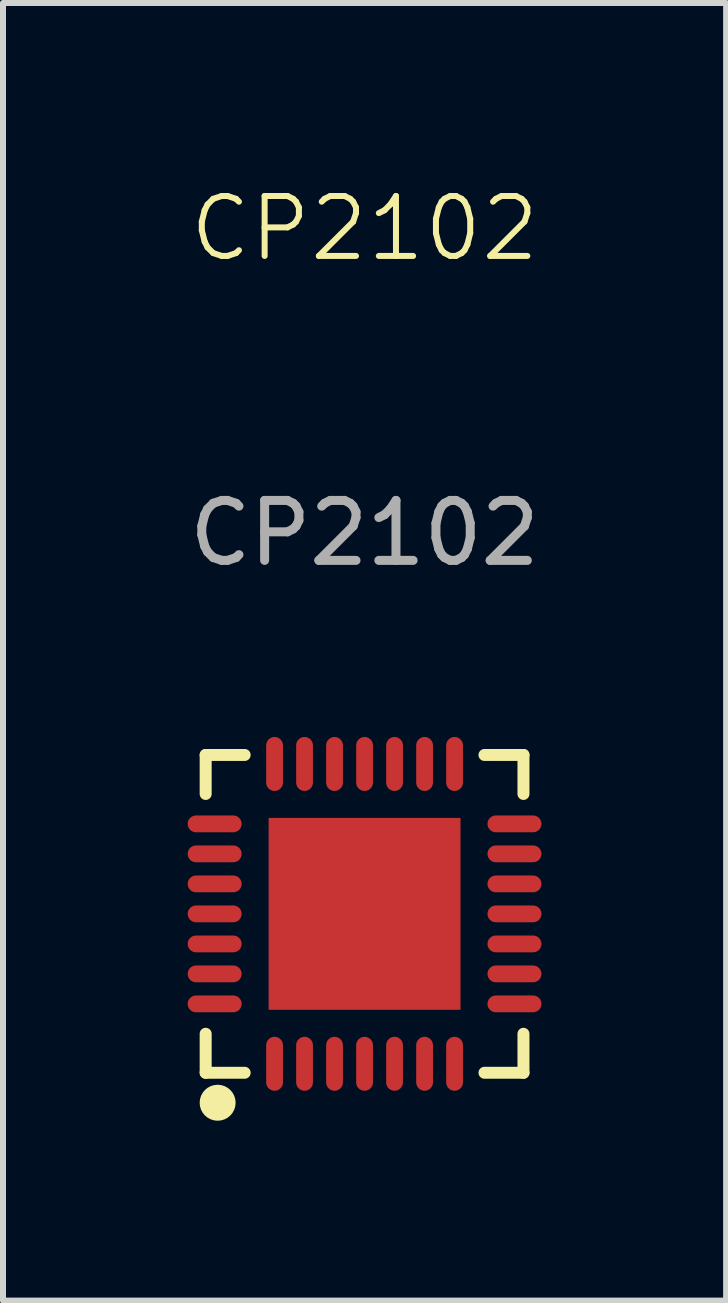
<source format=kicad_pcb>
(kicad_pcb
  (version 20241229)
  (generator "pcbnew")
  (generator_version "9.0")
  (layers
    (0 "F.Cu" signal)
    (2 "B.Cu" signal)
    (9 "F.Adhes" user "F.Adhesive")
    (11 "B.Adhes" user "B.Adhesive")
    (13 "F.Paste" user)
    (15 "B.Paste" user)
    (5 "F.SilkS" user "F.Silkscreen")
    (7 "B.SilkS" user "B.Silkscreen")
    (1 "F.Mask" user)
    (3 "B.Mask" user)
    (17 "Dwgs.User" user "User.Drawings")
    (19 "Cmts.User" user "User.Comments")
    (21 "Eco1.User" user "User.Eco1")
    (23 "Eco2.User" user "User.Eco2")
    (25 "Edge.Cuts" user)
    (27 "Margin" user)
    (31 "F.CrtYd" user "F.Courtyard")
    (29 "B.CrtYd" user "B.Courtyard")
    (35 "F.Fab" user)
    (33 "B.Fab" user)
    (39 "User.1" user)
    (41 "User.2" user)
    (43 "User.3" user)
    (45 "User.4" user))
  (footprint "CP2102"
    (layer "F.Cu")
    (at 3.03 12.191)
    (property "Reference" "CP2102" (at 0 -11.43 0) (unlocked yes) (layer "F.SilkS") (effects (font (size 1 1) (thickness 0.1))))
    (attr smd)
    (fp_line (start -2.65 -2.65) (end -2.65 -2) (stroke (width 0.2) (type solid)) (layer "F.SilkS"))
    (fp_line (start -2.65 2.65) (end -2.65 2) (stroke (width 0.2) (type solid)) (layer "F.SilkS"))
    (fp_line (start -2 -2.65) (end -2.65 -2.65) (stroke (width 0.2) (type solid)) (layer "F.SilkS"))
    (fp_line (start -2 2.65) (end -2.65 2.65) (stroke (width 0.2) (type solid)) (layer "F.SilkS"))
    (fp_line (start 2 2.65) (end 2.65 2.65) (stroke (width 0.2) (type solid)) (layer "F.SilkS"))
    (fp_line (start 2.65 -2.65) (end 2 -2.65) (stroke (width 0.2) (type solid)) (layer "F.SilkS"))
    (fp_line (start 2.65 -2) (end 2.65 -2.65) (stroke (width 0.2) (type solid)) (layer "F.SilkS"))
    (fp_line (start 2.65 2.65) (end 2.65 2) (stroke (width 0.2) (type solid)) (layer "F.SilkS"))
    (fp_arc (start -2.449 3) (mid -2.44973 3.300003) (end -2.451539 3.000005) (stroke (width 0.3) (type solid)) (layer "F.SilkS"))
    (fp_poly (pts (xy 1.28 1.28) (xy 1.28 -1.28) (xy -1.28 -1.28) (xy -1.28 1.28)) (stroke (width 0) (type solid)) (fill yes) (layer "F.Paste"))
    (fp_poly (pts (xy -2.818 -1.641) (xy -2.825 -1.64) (xy -2.833 -1.639) (xy -2.841 -1.638) (xy -2.848 -1.636) (xy -2.855 -1.633) (xy -2.863 -1.631) (xy -2.87 -1.628) (xy -2.877 -1.624) (xy -2.883 -1.62) (xy -2.89 -1.616) (xy -2.896 -1.612) (xy -2.902 -1.607) (xy -2.908 -1.601) (xy -2.913 -1.596) (xy -2.918 -1.59) (xy -2.923 -1.584) (xy -2.927 -1.578) (xy -2.931 -1.571) (xy -2.935 -1.564) (xy -2.938 -1.557) (xy -2.941 -1.55) (xy -2.944 -1.543) (xy -2.946 -1.535) (xy -2.947 -1.528) (xy -2.949 -1.52) (xy -2.949 -1.513) (xy -2.95 -1.505) (xy -2.95 -1.497) (xy -2.949 -1.489) (xy -2.949 -1.482) (xy -2.947 -1.474) (xy -2.946 -1.467) (xy -2.944 -1.459) (xy -2.941 -1.452) (xy -2.938 -1.445) (xy -2.935 -1.438) (xy -2.931 -1.431) (xy -2.927 -1.424) (xy -2.923 -1.418) (xy -2.918 -1.412) (xy -2.913 -1.406) (xy -2.908 -1.401) (xy -2.902 -1.395) (xy -2.896 -1.391) (xy -2.89 -1.386) (xy -2.883 -1.382) (xy -2.877 -1.378) (xy -2.87 -1.374) (xy -2.863 -1.371) (xy -2.855 -1.369) (xy -2.848 -1.366) (xy -2.841 -1.364) (xy -2.833 -1.363) (xy -2.825 -1.362) (xy -2.818 -1.361) (xy -2.81 -1.361) (xy -2.19 -1.361) (xy -2.182 -1.361) (xy -2.175 -1.362) (xy -2.167 -1.363) (xy -2.159 -1.364) (xy -2.152 -1.366) (xy -2.145 -1.369) (xy -2.137 -1.371) (xy -2.13 -1.374) (xy -2.123 -1.378) (xy -2.117 -1.382) (xy -2.11 -1.386) (xy -2.104 -1.391) (xy -2.098 -1.395) (xy -2.092 -1.401) (xy -2.087 -1.406) (xy -2.082 -1.412) (xy -2.077 -1.418) (xy -2.073 -1.424) (xy -2.069 -1.431) (xy -2.065 -1.438) (xy -2.062 -1.445) (xy -2.059 -1.452) (xy -2.056 -1.459) (xy -2.054 -1.467) (xy -2.053 -1.474) (xy -2.051 -1.482) (xy -2.05 -1.489) (xy -2.05 -1.497) (xy -2.05 -1.505) (xy -2.05 -1.513) (xy -2.051 -1.52) (xy -2.053 -1.528) (xy -2.054 -1.535) (xy -2.056 -1.543) (xy -2.059 -1.55) (xy -2.062 -1.557) (xy -2.065 -1.564) (xy -2.069 -1.571) (xy -2.073 -1.578) (xy -2.077 -1.584) (xy -2.082 -1.59) (xy -2.087 -1.596) (xy -2.092 -1.601) (xy -2.098 -1.607) (xy -2.104 -1.612) (xy -2.11 -1.616) (xy -2.117 -1.62) (xy -2.123 -1.624) (xy -2.13 -1.628) (xy -2.137 -1.631) (xy -2.145 -1.633) (xy -2.152 -1.636) (xy -2.159 -1.638) (xy -2.167 -1.639) (xy -2.175 -1.64) (xy -2.182 -1.641) (xy -2.19 -1.641) (xy -2.81 -1.641)) (stroke (width 0) (type solid)) (fill yes) (layer "F.Paste"))
    (fp_poly (pts (xy -2.818 0.861) (xy -2.825 0.862) (xy -2.833 0.863) (xy -2.841 0.864) (xy -2.848 0.866) (xy -2.855 0.868) (xy -2.863 0.871) (xy -2.87 0.874) (xy -2.877 0.878) (xy -2.883 0.882) (xy -2.89 0.886) (xy -2.896 0.89) (xy -2.902 0.895) (xy -2.908 0.901) (xy -2.913 0.906) (xy -2.918 0.912) (xy -2.923 0.918) (xy -2.927 0.924) (xy -2.931 0.931) (xy -2.935 0.938) (xy -2.938 0.945) (xy -2.941 0.952) (xy -2.944 0.959) (xy -2.946 0.967) (xy -2.947 0.974) (xy -2.949 0.982) (xy -2.949 0.989) (xy -2.95 0.997) (xy -2.95 1.005) (xy -2.949 1.012) (xy -2.949 1.02) (xy -2.947 1.028) (xy -2.946 1.035) (xy -2.944 1.043) (xy -2.941 1.05) (xy -2.938 1.057) (xy -2.935 1.064) (xy -2.931 1.071) (xy -2.927 1.077) (xy -2.923 1.084) (xy -2.918 1.09) (xy -2.913 1.096) (xy -2.908 1.101) (xy -2.902 1.106) (xy -2.896 1.111) (xy -2.89 1.116) (xy -2.883 1.12) (xy -2.877 1.124) (xy -2.87 1.128) (xy -2.863 1.131) (xy -2.855 1.133) (xy -2.848 1.136) (xy -2.841 1.138) (xy -2.833 1.139) (xy -2.825 1.14) (xy -2.818 1.141) (xy -2.81 1.141) (xy -2.19 1.141) (xy -2.182 1.141) (xy -2.175 1.14) (xy -2.167 1.139) (xy -2.159 1.138) (xy -2.152 1.136) (xy -2.145 1.133) (xy -2.137 1.131) (xy -2.13 1.128) (xy -2.123 1.124) (xy -2.117 1.12) (xy -2.11 1.116) (xy -2.104 1.111) (xy -2.098 1.106) (xy -2.092 1.101) (xy -2.087 1.096) (xy -2.082 1.09) (xy -2.077 1.084) (xy -2.073 1.077) (xy -2.069 1.071) (xy -2.065 1.064) (xy -2.062 1.057) (xy -2.059 1.05) (xy -2.056 1.043) (xy -2.054 1.035) (xy -2.053 1.028) (xy -2.051 1.02) (xy -2.05 1.012) (xy -2.05 1.005) (xy -2.05 0.997) (xy -2.05 0.989) (xy -2.051 0.982) (xy -2.053 0.974) (xy -2.054 0.967) (xy -2.056 0.959) (xy -2.059 0.952) (xy -2.062 0.945) (xy -2.065 0.938) (xy -2.069 0.931) (xy -2.073 0.924) (xy -2.077 0.918) (xy -2.082 0.912) (xy -2.087 0.906) (xy -2.092 0.901) (xy -2.098 0.895) (xy -2.104 0.89) (xy -2.11 0.886) (xy -2.117 0.882) (xy -2.123 0.878) (xy -2.13 0.874) (xy -2.137 0.871) (xy -2.145 0.868) (xy -2.152 0.866) (xy -2.159 0.864) (xy -2.167 0.863) (xy -2.175 0.862) (xy -2.182 0.861) (xy -2.19 0.861) (xy -2.81 0.861)) (stroke (width 0) (type solid)) (fill yes) (layer "F.Paste"))
    (fp_poly (pts (xy -2.818 1.361) (xy -2.825 1.362) (xy -2.833 1.363) (xy -2.841 1.365) (xy -2.848 1.367) (xy -2.855 1.369) (xy -2.863 1.372) (xy -2.87 1.375) (xy -2.877 1.378) (xy -2.883 1.382) (xy -2.89 1.386) (xy -2.896 1.391) (xy -2.902 1.396) (xy -2.908 1.401) (xy -2.913 1.406) (xy -2.918 1.412) (xy -2.923 1.418) (xy -2.927 1.425) (xy -2.931 1.431) (xy -2.935 1.438) (xy -2.938 1.445) (xy -2.941 1.452) (xy -2.944 1.459) (xy -2.946 1.467) (xy -2.947 1.474) (xy -2.949 1.482) (xy -2.949 1.49) (xy -2.95 1.497) (xy -2.95 1.505) (xy -2.949 1.513) (xy -2.949 1.52) (xy -2.947 1.528) (xy -2.946 1.536) (xy -2.944 1.543) (xy -2.941 1.55) (xy -2.938 1.558) (xy -2.935 1.564) (xy -2.931 1.571) (xy -2.927 1.578) (xy -2.923 1.584) (xy -2.918 1.59) (xy -2.913 1.596) (xy -2.908 1.602) (xy -2.902 1.607) (xy -2.896 1.612) (xy -2.89 1.616) (xy -2.883 1.621) (xy -2.877 1.624) (xy -2.87 1.628) (xy -2.863 1.631) (xy -2.855 1.634) (xy -2.848 1.636) (xy -2.841 1.638) (xy -2.833 1.639) (xy -2.825 1.64) (xy -2.818 1.641) (xy -2.81 1.641) (xy -2.19 1.641) (xy -2.182 1.641) (xy -2.175 1.64) (xy -2.167 1.639) (xy -2.159 1.638) (xy -2.152 1.636) (xy -2.145 1.634) (xy -2.137 1.631) (xy -2.13 1.628) (xy -2.123 1.624) (xy -2.117 1.621) (xy -2.11 1.616) (xy -2.104 1.612) (xy -2.098 1.607) (xy -2.092 1.602) (xy -2.087 1.596) (xy -2.082 1.59) (xy -2.077 1.584) (xy -2.073 1.578) (xy -2.069 1.571) (xy -2.065 1.564) (xy -2.062 1.558) (xy -2.059 1.55) (xy -2.056 1.543) (xy -2.054 1.536) (xy -2.053 1.528) (xy -2.051 1.52) (xy -2.05 1.513) (xy -2.05 1.505) (xy -2.05 1.497) (xy -2.05 1.49) (xy -2.051 1.482) (xy -2.053 1.474) (xy -2.054 1.467) (xy -2.056 1.459) (xy -2.059 1.452) (xy -2.062 1.445) (xy -2.065 1.438) (xy -2.069 1.431) (xy -2.073 1.425) (xy -2.077 1.418) (xy -2.082 1.412) (xy -2.087 1.406) (xy -2.092 1.401) (xy -2.098 1.396) (xy -2.104 1.391) (xy -2.11 1.386) (xy -2.117 1.382) (xy -2.123 1.378) (xy -2.13 1.375) (xy -2.137 1.372) (xy -2.145 1.369) (xy -2.152 1.367) (xy -2.159 1.365) (xy -2.167 1.363) (xy -2.175 1.362) (xy -2.182 1.361) (xy -2.19 1.361) (xy -2.81 1.361)) (stroke (width 0) (type solid)) (fill yes) (layer "F.Paste"))
    (fp_poly (pts (xy -2.175 -1.14) (xy -2.182 -1.14) (xy -2.19 -1.141) (xy -2.81 -1.141) (xy -2.818 -1.14) (xy -2.825 -1.14) (xy -2.833 -1.139) (xy -2.841 -1.137) (xy -2.848 -1.135) (xy -2.855 -1.133) (xy -2.863 -1.13) (xy -2.87 -1.127) (xy -2.877 -1.124) (xy -2.883 -1.12) (xy -2.89 -1.116) (xy -2.896 -1.111) (xy -2.902 -1.106) (xy -2.908 -1.101) (xy -2.913 -1.095) (xy -2.918 -1.09) (xy -2.923 -1.084) (xy -2.927 -1.077) (xy -2.931 -1.071) (xy -2.935 -1.064) (xy -2.938 -1.057) (xy -2.941 -1.05) (xy -2.944 -1.042) (xy -2.946 -1.035) (xy -2.947 -1.027) (xy -2.949 -1.02) (xy -2.949 -1.012) (xy -2.95 -1.004) (xy -2.95 -0.997) (xy -2.949 -0.989) (xy -2.949 -0.981) (xy -2.947 -0.974) (xy -2.946 -0.966) (xy -2.944 -0.959) (xy -2.941 -0.952) (xy -2.938 -0.944) (xy -2.935 -0.937) (xy -2.931 -0.931) (xy -2.927 -0.924) (xy -2.923 -0.918) (xy -2.918 -0.912) (xy -2.913 -0.906) (xy -2.908 -0.9) (xy -2.902 -0.895) (xy -2.896 -0.89) (xy -2.89 -0.886) (xy -2.883 -0.881) (xy -2.877 -0.877) (xy -2.87 -0.874) (xy -2.863 -0.871) (xy -2.855 -0.868) (xy -2.848 -0.866) (xy -2.841 -0.864) (xy -2.833 -0.863) (xy -2.825 -0.861) (xy -2.818 -0.861) (xy -2.81 -0.861) (xy -2.19 -0.861) (xy -2.182 -0.861) (xy -2.175 -0.861) (xy -2.167 -0.863) (xy -2.159 -0.864) (xy -2.152 -0.866) (xy -2.145 -0.868) (xy -2.137 -0.871) (xy -2.13 -0.874) (xy -2.123 -0.877) (xy -2.117 -0.881) (xy -2.11 -0.886) (xy -2.104 -0.89) (xy -2.098 -0.895) (xy -2.092 -0.9) (xy -2.087 -0.906) (xy -2.082 -0.912) (xy -2.077 -0.918) (xy -2.073 -0.924) (xy -2.069 -0.931) (xy -2.065 -0.937) (xy -2.062 -0.944) (xy -2.059 -0.952) (xy -2.056 -0.959) (xy -2.054 -0.966) (xy -2.053 -0.974) (xy -2.051 -0.981) (xy -2.05 -0.989) (xy -2.05 -0.997) (xy -2.05 -1.004) (xy -2.05 -1.012) (xy -2.051 -1.02) (xy -2.053 -1.027) (xy -2.054 -1.035) (xy -2.056 -1.042) (xy -2.059 -1.05) (xy -2.062 -1.057) (xy -2.065 -1.064) (xy -2.069 -1.071) (xy -2.073 -1.077) (xy -2.077 -1.084) (xy -2.082 -1.09) (xy -2.087 -1.095) (xy -2.092 -1.101) (xy -2.098 -1.106) (xy -2.104 -1.111) (xy -2.11 -1.116) (xy -2.117 -1.12) (xy -2.123 -1.124) (xy -2.13 -1.127) (xy -2.137 -1.13) (xy -2.145 -1.133) (xy -2.152 -1.135) (xy -2.159 -1.137) (xy -2.167 -1.139)) (stroke (width 0) (type solid)) (fill yes) (layer "F.Paste"))
    (fp_poly (pts (xy -2.175 -0.639) (xy -2.182 -0.64) (xy -2.19 -0.64) (xy -2.81 -0.64) (xy -2.818 -0.64) (xy -2.825 -0.639) (xy -2.833 -0.638) (xy -2.841 -0.637) (xy -2.848 -0.635) (xy -2.855 -0.633) (xy -2.863 -0.63) (xy -2.87 -0.627) (xy -2.877 -0.623) (xy -2.883 -0.62) (xy -2.89 -0.615) (xy -2.896 -0.611) (xy -2.902 -0.606) (xy -2.908 -0.601) (xy -2.913 -0.595) (xy -2.918 -0.589) (xy -2.923 -0.583) (xy -2.927 -0.577) (xy -2.931 -0.57) (xy -2.935 -0.563) (xy -2.938 -0.556) (xy -2.941 -0.549) (xy -2.944 -0.542) (xy -2.946 -0.535) (xy -2.947 -0.527) (xy -2.949 -0.519) (xy -2.949 -0.512) (xy -2.95 -0.504) (xy -2.95 -0.496) (xy -2.949 -0.489) (xy -2.949 -0.481) (xy -2.947 -0.473) (xy -2.946 -0.466) (xy -2.944 -0.458) (xy -2.941 -0.451) (xy -2.938 -0.444) (xy -2.935 -0.437) (xy -2.931 -0.43) (xy -2.927 -0.424) (xy -2.923 -0.417) (xy -2.918 -0.411) (xy -2.913 -0.405) (xy -2.908 -0.4) (xy -2.902 -0.395) (xy -2.896 -0.39) (xy -2.89 -0.385) (xy -2.883 -0.381) (xy -2.877 -0.377) (xy -2.87 -0.374) (xy -2.863 -0.371) (xy -2.855 -0.368) (xy -2.848 -0.366) (xy -2.841 -0.364) (xy -2.833 -0.362) (xy -2.825 -0.361) (xy -2.818 -0.36) (xy -2.81 -0.36) (xy -2.19 -0.36) (xy -2.182 -0.36) (xy -2.175 -0.361) (xy -2.167 -0.362) (xy -2.159 -0.364) (xy -2.152 -0.366) (xy -2.145 -0.368) (xy -2.137 -0.371) (xy -2.13 -0.374) (xy -2.123 -0.377) (xy -2.117 -0.381) (xy -2.11 -0.385) (xy -2.104 -0.39) (xy -2.098 -0.395) (xy -2.092 -0.4) (xy -2.087 -0.405) (xy -2.082 -0.411) (xy -2.077 -0.417) (xy -2.073 -0.424) (xy -2.069 -0.43) (xy -2.065 -0.437) (xy -2.062 -0.444) (xy -2.059 -0.451) (xy -2.056 -0.458) (xy -2.054 -0.466) (xy -2.053 -0.473) (xy -2.051 -0.481) (xy -2.05 -0.489) (xy -2.05 -0.496) (xy -2.05 -0.504) (xy -2.05 -0.512) (xy -2.051 -0.519) (xy -2.053 -0.527) (xy -2.054 -0.535) (xy -2.056 -0.542) (xy -2.059 -0.549) (xy -2.062 -0.556) (xy -2.065 -0.563) (xy -2.069 -0.57) (xy -2.073 -0.577) (xy -2.077 -0.583) (xy -2.082 -0.589) (xy -2.087 -0.595) (xy -2.092 -0.601) (xy -2.098 -0.606) (xy -2.104 -0.611) (xy -2.11 -0.615) (xy -2.117 -0.62) (xy -2.123 -0.623) (xy -2.13 -0.627) (xy -2.137 -0.63) (xy -2.145 -0.633) (xy -2.152 -0.635) (xy -2.159 -0.637) (xy -2.167 -0.638)) (stroke (width 0) (type solid)) (fill yes) (layer "F.Paste"))
    (fp_poly (pts (xy -2.175 -0.139) (xy -2.182 -0.14) (xy -2.19 -0.14) (xy -2.81 -0.14) (xy -2.818 -0.14) (xy -2.825 -0.139) (xy -2.833 -0.138) (xy -2.841 -0.136) (xy -2.848 -0.135) (xy -2.855 -0.132) (xy -2.863 -0.13) (xy -2.87 -0.126) (xy -2.877 -0.123) (xy -2.883 -0.119) (xy -2.89 -0.115) (xy -2.896 -0.11) (xy -2.902 -0.105) (xy -2.908 -0.1) (xy -2.913 -0.095) (xy -2.918 -0.089) (xy -2.923 -0.083) (xy -2.927 -0.076) (xy -2.931 -0.07) (xy -2.935 -0.063) (xy -2.938 -0.056) (xy -2.941 -0.049) (xy -2.944 -0.042) (xy -2.946 -0.034) (xy -2.947 -0.027) (xy -2.949 -0.019) (xy -2.949 -0.011) (xy -2.95 -0.004) (xy -2.95 0.004) (xy -2.949 0.012) (xy -2.949 0.019) (xy -2.947 0.027) (xy -2.946 0.034) (xy -2.944 0.042) (xy -2.941 0.049) (xy -2.938 0.056) (xy -2.935 0.063) (xy -2.931 0.07) (xy -2.927 0.077) (xy -2.923 0.083) (xy -2.918 0.089) (xy -2.913 0.095) (xy -2.908 0.1) (xy -2.902 0.106) (xy -2.896 0.111) (xy -2.89 0.115) (xy -2.883 0.119) (xy -2.877 0.123) (xy -2.87 0.127) (xy -2.863 0.13) (xy -2.855 0.133) (xy -2.848 0.135) (xy -2.841 0.137) (xy -2.833 0.138) (xy -2.825 0.139) (xy -2.818 0.14) (xy -2.81 0.14) (xy -2.19 0.14) (xy -2.182 0.14) (xy -2.175 0.139) (xy -2.167 0.138) (xy -2.159 0.137) (xy -2.152 0.135) (xy -2.145 0.133) (xy -2.137 0.13) (xy -2.13 0.127) (xy -2.123 0.123) (xy -2.117 0.119) (xy -2.11 0.115) (xy -2.104 0.111) (xy -2.098 0.106) (xy -2.092 0.1) (xy -2.087 0.095) (xy -2.082 0.089) (xy -2.077 0.083) (xy -2.073 0.077) (xy -2.069 0.07) (xy -2.065 0.063) (xy -2.062 0.056) (xy -2.059 0.049) (xy -2.056 0.042) (xy -2.054 0.034) (xy -2.053 0.027) (xy -2.051 0.019) (xy -2.05 0.012) (xy -2.05 0.004) (xy -2.05 -0.004) (xy -2.05 -0.011) (xy -2.051 -0.019) (xy -2.053 -0.027) (xy -2.054 -0.034) (xy -2.056 -0.042) (xy -2.059 -0.049) (xy -2.062 -0.056) (xy -2.065 -0.063) (xy -2.069 -0.07) (xy -2.073 -0.076) (xy -2.077 -0.083) (xy -2.082 -0.089) (xy -2.087 -0.095) (xy -2.092 -0.1) (xy -2.098 -0.105) (xy -2.104 -0.11) (xy -2.11 -0.115) (xy -2.117 -0.119) (xy -2.123 -0.123) (xy -2.13 -0.126) (xy -2.137 -0.13) (xy -2.145 -0.132) (xy -2.152 -0.135) (xy -2.159 -0.136) (xy -2.167 -0.138)) (stroke (width 0) (type solid)) (fill yes) (layer "F.Paste"))
    (fp_poly (pts (xy -2.175 0.361) (xy -2.182 0.361) (xy -2.19 0.361) (xy -2.81 0.361) (xy -2.818 0.361) (xy -2.825 0.361) (xy -2.833 0.362) (xy -2.841 0.364) (xy -2.848 0.366) (xy -2.855 0.368) (xy -2.863 0.371) (xy -2.87 0.374) (xy -2.877 0.377) (xy -2.883 0.381) (xy -2.89 0.385) (xy -2.896 0.39) (xy -2.902 0.395) (xy -2.908 0.4) (xy -2.913 0.406) (xy -2.918 0.412) (xy -2.923 0.418) (xy -2.927 0.424) (xy -2.931 0.431) (xy -2.935 0.437) (xy -2.938 0.444) (xy -2.941 0.451) (xy -2.944 0.459) (xy -2.946 0.466) (xy -2.947 0.474) (xy -2.949 0.481) (xy -2.949 0.489) (xy -2.95 0.497) (xy -2.95 0.504) (xy -2.949 0.512) (xy -2.949 0.52) (xy -2.947 0.527) (xy -2.946 0.535) (xy -2.944 0.542) (xy -2.941 0.55) (xy -2.938 0.557) (xy -2.935 0.564) (xy -2.931 0.571) (xy -2.927 0.577) (xy -2.923 0.583) (xy -2.918 0.59) (xy -2.913 0.595) (xy -2.908 0.601) (xy -2.902 0.606) (xy -2.896 0.611) (xy -2.89 0.616) (xy -2.883 0.62) (xy -2.877 0.624) (xy -2.87 0.627) (xy -2.863 0.63) (xy -2.855 0.633) (xy -2.848 0.635) (xy -2.841 0.637) (xy -2.833 0.639) (xy -2.825 0.64) (xy -2.818 0.64) (xy -2.81 0.641) (xy -2.19 0.641) (xy -2.182 0.64) (xy -2.175 0.64) (xy -2.167 0.639) (xy -2.159 0.637) (xy -2.152 0.635) (xy -2.145 0.633) (xy -2.137 0.63) (xy -2.13 0.627) (xy -2.123 0.624) (xy -2.117 0.62) (xy -2.11 0.616) (xy -2.104 0.611) (xy -2.098 0.606) (xy -2.092 0.601) (xy -2.087 0.595) (xy -2.082 0.59) (xy -2.077 0.583) (xy -2.073 0.577) (xy -2.069 0.571) (xy -2.065 0.564) (xy -2.062 0.557) (xy -2.059 0.55) (xy -2.056 0.542) (xy -2.054 0.535) (xy -2.053 0.527) (xy -2.051 0.52) (xy -2.05 0.512) (xy -2.05 0.504) (xy -2.05 0.497) (xy -2.05 0.489) (xy -2.051 0.481) (xy -2.053 0.474) (xy -2.054 0.466) (xy -2.056 0.459) (xy -2.059 0.451) (xy -2.062 0.444) (xy -2.065 0.437) (xy -2.069 0.431) (xy -2.073 0.424) (xy -2.077 0.418) (xy -2.082 0.412) (xy -2.087 0.406) (xy -2.092 0.4) (xy -2.098 0.395) (xy -2.104 0.39) (xy -2.11 0.385) (xy -2.117 0.381) (xy -2.123 0.377) (xy -2.13 0.374) (xy -2.137 0.371) (xy -2.145 0.368) (xy -2.152 0.366) (xy -2.159 0.364) (xy -2.167 0.362)) (stroke (width 0) (type solid)) (fill yes) (layer "F.Paste"))
    (fp_poly (pts (xy -1.505 -2.95) (xy -1.513 -2.949) (xy -1.52 -2.949) (xy -1.528 -2.947) (xy -1.536 -2.946) (xy -1.543 -2.944) (xy -1.55 -2.941) (xy -1.558 -2.938) (xy -1.564 -2.935) (xy -1.571 -2.931) (xy -1.578 -2.927) (xy -1.584 -2.923) (xy -1.59 -2.918) (xy -1.596 -2.913) (xy -1.602 -2.908) (xy -1.607 -2.902) (xy -1.612 -2.896) (xy -1.616 -2.89) (xy -1.621 -2.883) (xy -1.624 -2.877) (xy -1.628 -2.87) (xy -1.631 -2.863) (xy -1.634 -2.855) (xy -1.636 -2.848) (xy -1.638 -2.841) (xy -1.639 -2.833) (xy -1.64 -2.825) (xy -1.641 -2.818) (xy -1.641 -2.81) (xy -1.641 -2.19) (xy -1.641 -2.182) (xy -1.64 -2.175) (xy -1.639 -2.167) (xy -1.638 -2.159) (xy -1.636 -2.152) (xy -1.634 -2.145) (xy -1.631 -2.137) (xy -1.628 -2.13) (xy -1.624 -2.123) (xy -1.621 -2.117) (xy -1.616 -2.11) (xy -1.612 -2.104) (xy -1.607 -2.098) (xy -1.602 -2.092) (xy -1.596 -2.087) (xy -1.59 -2.082) (xy -1.584 -2.077) (xy -1.578 -2.073) (xy -1.571 -2.069) (xy -1.564 -2.065) (xy -1.558 -2.062) (xy -1.55 -2.059) (xy -1.543 -2.056) (xy -1.536 -2.054) (xy -1.528 -2.053) (xy -1.52 -2.051) (xy -1.513 -2.05) (xy -1.505 -2.05) (xy -1.497 -2.05) (xy -1.49 -2.05) (xy -1.482 -2.051) (xy -1.474 -2.053) (xy -1.467 -2.054) (xy -1.459 -2.056) (xy -1.452 -2.059) (xy -1.445 -2.062) (xy -1.438 -2.065) (xy -1.431 -2.069) (xy -1.425 -2.073) (xy -1.418 -2.077) (xy -1.412 -2.082) (xy -1.406 -2.087) (xy -1.401 -2.092) (xy -1.396 -2.098) (xy -1.391 -2.104) (xy -1.386 -2.11) (xy -1.382 -2.117) (xy -1.378 -2.123) (xy -1.375 -2.13) (xy -1.372 -2.137) (xy -1.369 -2.145) (xy -1.367 -2.152) (xy -1.365 -2.159) (xy -1.363 -2.167) (xy -1.362 -2.175) (xy -1.361 -2.182) (xy -1.361 -2.19) (xy -1.361 -2.81) (xy -1.361 -2.818) (xy -1.362 -2.825) (xy -1.363 -2.833) (xy -1.365 -2.841) (xy -1.367 -2.848) (xy -1.369 -2.855) (xy -1.372 -2.863) (xy -1.375 -2.87) (xy -1.378 -2.877) (xy -1.382 -2.883) (xy -1.386 -2.89) (xy -1.391 -2.896) (xy -1.396 -2.902) (xy -1.401 -2.908) (xy -1.406 -2.913) (xy -1.412 -2.918) (xy -1.418 -2.923) (xy -1.425 -2.927) (xy -1.431 -2.931) (xy -1.438 -2.935) (xy -1.445 -2.938) (xy -1.452 -2.941) (xy -1.459 -2.944) (xy -1.467 -2.946) (xy -1.474 -2.947) (xy -1.482 -2.949) (xy -1.49 -2.949) (xy -1.497 -2.95)) (stroke (width 0) (type solid)) (fill yes) (layer "F.Paste"))
    (fp_poly (pts (xy -1.505 2.05) (xy -1.513 2.05) (xy -1.52 2.051) (xy -1.528 2.053) (xy -1.536 2.054) (xy -1.543 2.056) (xy -1.55 2.059) (xy -1.558 2.062) (xy -1.564 2.065) (xy -1.571 2.069) (xy -1.578 2.073) (xy -1.584 2.077) (xy -1.59 2.082) (xy -1.596 2.087) (xy -1.602 2.092) (xy -1.607 2.098) (xy -1.612 2.104) (xy -1.616 2.11) (xy -1.621 2.117) (xy -1.624 2.123) (xy -1.628 2.13) (xy -1.631 2.137) (xy -1.634 2.145) (xy -1.636 2.152) (xy -1.638 2.159) (xy -1.639 2.167) (xy -1.64 2.175) (xy -1.641 2.182) (xy -1.641 2.19) (xy -1.641 2.81) (xy -1.641 2.818) (xy -1.64 2.825) (xy -1.639 2.833) (xy -1.638 2.841) (xy -1.636 2.848) (xy -1.634 2.855) (xy -1.631 2.863) (xy -1.628 2.87) (xy -1.624 2.877) (xy -1.621 2.883) (xy -1.616 2.89) (xy -1.612 2.896) (xy -1.607 2.902) (xy -1.602 2.908) (xy -1.596 2.913) (xy -1.59 2.918) (xy -1.584 2.923) (xy -1.578 2.927) (xy -1.571 2.931) (xy -1.564 2.935) (xy -1.558 2.938) (xy -1.55 2.941) (xy -1.543 2.944) (xy -1.536 2.946) (xy -1.528 2.947) (xy -1.52 2.949) (xy -1.513 2.95) (xy -1.505 2.95) (xy -1.497 2.95) (xy -1.49 2.95) (xy -1.482 2.949) (xy -1.474 2.947) (xy -1.467 2.946) (xy -1.459 2.944) (xy -1.452 2.941) (xy -1.445 2.938) (xy -1.438 2.935) (xy -1.431 2.931) (xy -1.425 2.927) (xy -1.418 2.923) (xy -1.412 2.918) (xy -1.406 2.913) (xy -1.401 2.908) (xy -1.396 2.902) (xy -1.391 2.896) (xy -1.386 2.89) (xy -1.382 2.883) (xy -1.378 2.877) (xy -1.375 2.87) (xy -1.372 2.863) (xy -1.369 2.855) (xy -1.367 2.848) (xy -1.365 2.841) (xy -1.363 2.833) (xy -1.362 2.825) (xy -1.361 2.818) (xy -1.361 2.81) (xy -1.361 2.19) (xy -1.361 2.182) (xy -1.362 2.175) (xy -1.363 2.167) (xy -1.365 2.159) (xy -1.367 2.152) (xy -1.369 2.145) (xy -1.372 2.137) (xy -1.375 2.13) (xy -1.378 2.123) (xy -1.382 2.117) (xy -1.386 2.11) (xy -1.391 2.104) (xy -1.396 2.098) (xy -1.401 2.092) (xy -1.406 2.087) (xy -1.412 2.082) (xy -1.418 2.077) (xy -1.425 2.073) (xy -1.431 2.069) (xy -1.438 2.065) (xy -1.445 2.062) (xy -1.452 2.059) (xy -1.459 2.056) (xy -1.467 2.054) (xy -1.474 2.053) (xy -1.482 2.051) (xy -1.49 2.05) (xy -1.497 2.05)) (stroke (width 0) (type solid)) (fill yes) (layer "F.Paste"))
    (fp_poly (pts (xy -1.005 -2.95) (xy -1.012 -2.949) (xy -1.02 -2.949) (xy -1.028 -2.947) (xy -1.035 -2.946) (xy -1.043 -2.944) (xy -1.05 -2.941) (xy -1.057 -2.938) (xy -1.064 -2.935) (xy -1.071 -2.931) (xy -1.077 -2.927) (xy -1.084 -2.923) (xy -1.09 -2.918) (xy -1.096 -2.913) (xy -1.101 -2.908) (xy -1.106 -2.902) (xy -1.111 -2.896) (xy -1.116 -2.89) (xy -1.12 -2.883) (xy -1.124 -2.877) (xy -1.128 -2.87) (xy -1.131 -2.863) (xy -1.133 -2.855) (xy -1.136 -2.848) (xy -1.138 -2.841) (xy -1.139 -2.833) (xy -1.14 -2.825) (xy -1.141 -2.818) (xy -1.141 -2.81) (xy -1.141 -2.19) (xy -1.141 -2.182) (xy -1.14 -2.175) (xy -1.139 -2.167) (xy -1.138 -2.159) (xy -1.136 -2.152) (xy -1.133 -2.145) (xy -1.131 -2.137) (xy -1.128 -2.13) (xy -1.124 -2.123) (xy -1.12 -2.117) (xy -1.116 -2.11) (xy -1.111 -2.104) (xy -1.106 -2.098) (xy -1.101 -2.092) (xy -1.096 -2.087) (xy -1.09 -2.082) (xy -1.084 -2.077) (xy -1.077 -2.073) (xy -1.071 -2.069) (xy -1.064 -2.065) (xy -1.057 -2.062) (xy -1.05 -2.059) (xy -1.043 -2.056) (xy -1.035 -2.054) (xy -1.028 -2.053) (xy -1.02 -2.051) (xy -1.012 -2.05) (xy -1.005 -2.05) (xy -0.997 -2.05) (xy -0.989 -2.05) (xy -0.982 -2.051) (xy -0.974 -2.053) (xy -0.967 -2.054) (xy -0.959 -2.056) (xy -0.952 -2.059) (xy -0.945 -2.062) (xy -0.938 -2.065) (xy -0.931 -2.069) (xy -0.924 -2.073) (xy -0.918 -2.077) (xy -0.912 -2.082) (xy -0.906 -2.087) (xy -0.901 -2.092) (xy -0.895 -2.098) (xy -0.89 -2.104) (xy -0.886 -2.11) (xy -0.882 -2.117) (xy -0.878 -2.123) (xy -0.874 -2.13) (xy -0.871 -2.137) (xy -0.868 -2.145) (xy -0.866 -2.152) (xy -0.864 -2.159) (xy -0.863 -2.167) (xy -0.862 -2.175) (xy -0.861 -2.182) (xy -0.861 -2.19) (xy -0.861 -2.81) (xy -0.861 -2.818) (xy -0.862 -2.825) (xy -0.863 -2.833) (xy -0.864 -2.841) (xy -0.866 -2.848) (xy -0.868 -2.855) (xy -0.871 -2.863) (xy -0.874 -2.87) (xy -0.878 -2.877) (xy -0.882 -2.883) (xy -0.886 -2.89) (xy -0.89 -2.896) (xy -0.895 -2.902) (xy -0.901 -2.908) (xy -0.906 -2.913) (xy -0.912 -2.918) (xy -0.918 -2.923) (xy -0.924 -2.927) (xy -0.931 -2.931) (xy -0.938 -2.935) (xy -0.945 -2.938) (xy -0.952 -2.941) (xy -0.959 -2.944) (xy -0.967 -2.946) (xy -0.974 -2.947) (xy -0.982 -2.949) (xy -0.989 -2.949) (xy -0.997 -2.95)) (stroke (width 0) (type solid)) (fill yes) (layer "F.Paste"))
    (fp_poly (pts (xy -1.005 2.05) (xy -1.012 2.05) (xy -1.02 2.051) (xy -1.028 2.053) (xy -1.035 2.054) (xy -1.043 2.056) (xy -1.05 2.059) (xy -1.057 2.062) (xy -1.064 2.065) (xy -1.071 2.069) (xy -1.077 2.073) (xy -1.084 2.077) (xy -1.09 2.082) (xy -1.096 2.087) (xy -1.101 2.092) (xy -1.106 2.098) (xy -1.111 2.104) (xy -1.116 2.11) (xy -1.12 2.117) (xy -1.124 2.123) (xy -1.128 2.13) (xy -1.131 2.137) (xy -1.133 2.145) (xy -1.136 2.152) (xy -1.138 2.159) (xy -1.139 2.167) (xy -1.14 2.175) (xy -1.141 2.182) (xy -1.141 2.19) (xy -1.141 2.81) (xy -1.141 2.818) (xy -1.14 2.825) (xy -1.139 2.833) (xy -1.138 2.841) (xy -1.136 2.848) (xy -1.133 2.855) (xy -1.131 2.863) (xy -1.128 2.87) (xy -1.124 2.877) (xy -1.12 2.883) (xy -1.116 2.89) (xy -1.111 2.896) (xy -1.106 2.902) (xy -1.101 2.908) (xy -1.096 2.913) (xy -1.09 2.918) (xy -1.084 2.923) (xy -1.077 2.927) (xy -1.071 2.931) (xy -1.064 2.935) (xy -1.057 2.938) (xy -1.05 2.941) (xy -1.043 2.944) (xy -1.035 2.946) (xy -1.028 2.947) (xy -1.02 2.949) (xy -1.012 2.95) (xy -1.005 2.95) (xy -0.997 2.95) (xy -0.989 2.95) (xy -0.982 2.949) (xy -0.974 2.947) (xy -0.967 2.946) (xy -0.959 2.944) (xy -0.952 2.941) (xy -0.945 2.938) (xy -0.938 2.935) (xy -0.931 2.931) (xy -0.924 2.927) (xy -0.918 2.923) (xy -0.912 2.918) (xy -0.906 2.913) (xy -0.901 2.908) (xy -0.895 2.902) (xy -0.89 2.896) (xy -0.886 2.89) (xy -0.882 2.883) (xy -0.878 2.877) (xy -0.874 2.87) (xy -0.871 2.863) (xy -0.868 2.855) (xy -0.866 2.848) (xy -0.864 2.841) (xy -0.863 2.833) (xy -0.862 2.825) (xy -0.861 2.818) (xy -0.861 2.81) (xy -0.861 2.19) (xy -0.861 2.182) (xy -0.862 2.175) (xy -0.863 2.167) (xy -0.864 2.159) (xy -0.866 2.152) (xy -0.868 2.145) (xy -0.871 2.137) (xy -0.874 2.13) (xy -0.878 2.123) (xy -0.882 2.117) (xy -0.886 2.11) (xy -0.89 2.104) (xy -0.895 2.098) (xy -0.901 2.092) (xy -0.906 2.087) (xy -0.912 2.082) (xy -0.918 2.077) (xy -0.924 2.073) (xy -0.931 2.069) (xy -0.938 2.065) (xy -0.945 2.062) (xy -0.952 2.059) (xy -0.959 2.056) (xy -0.967 2.054) (xy -0.974 2.053) (xy -0.982 2.051) (xy -0.989 2.05) (xy -0.997 2.05)) (stroke (width 0) (type solid)) (fill yes) (layer "F.Paste"))
    (fp_poly (pts (xy -0.489 -2.949) (xy -0.497 -2.95) (xy -0.504 -2.95) (xy -0.512 -2.949) (xy -0.52 -2.949) (xy -0.527 -2.947) (xy -0.535 -2.946) (xy -0.542 -2.944) (xy -0.55 -2.941) (xy -0.557 -2.938) (xy -0.564 -2.935) (xy -0.571 -2.931) (xy -0.577 -2.927) (xy -0.583 -2.923) (xy -0.59 -2.918) (xy -0.595 -2.913) (xy -0.601 -2.908) (xy -0.606 -2.902) (xy -0.611 -2.896) (xy -0.616 -2.89) (xy -0.62 -2.883) (xy -0.624 -2.877) (xy -0.627 -2.87) (xy -0.63 -2.863) (xy -0.633 -2.855) (xy -0.635 -2.848) (xy -0.637 -2.841) (xy -0.639 -2.833) (xy -0.64 -2.825) (xy -0.64 -2.818) (xy -0.641 -2.81) (xy -0.641 -2.19) (xy -0.64 -2.182) (xy -0.64 -2.175) (xy -0.639 -2.167) (xy -0.637 -2.159) (xy -0.635 -2.152) (xy -0.633 -2.145) (xy -0.63 -2.137) (xy -0.627 -2.13) (xy -0.624 -2.123) (xy -0.62 -2.117) (xy -0.616 -2.11) (xy -0.611 -2.104) (xy -0.606 -2.098) (xy -0.601 -2.092) (xy -0.595 -2.087) (xy -0.59 -2.082) (xy -0.583 -2.077) (xy -0.577 -2.073) (xy -0.571 -2.069) (xy -0.564 -2.065) (xy -0.557 -2.062) (xy -0.55 -2.059) (xy -0.542 -2.056) (xy -0.535 -2.054) (xy -0.527 -2.053) (xy -0.52 -2.051) (xy -0.512 -2.05) (xy -0.504 -2.05) (xy -0.497 -2.05) (xy -0.489 -2.05) (xy -0.481 -2.051) (xy -0.474 -2.053) (xy -0.466 -2.054) (xy -0.459 -2.056) (xy -0.451 -2.059) (xy -0.444 -2.062) (xy -0.437 -2.065) (xy -0.431 -2.069) (xy -0.424 -2.073) (xy -0.418 -2.077) (xy -0.412 -2.082) (xy -0.406 -2.087) (xy -0.4 -2.092) (xy -0.395 -2.098) (xy -0.39 -2.104) (xy -0.385 -2.11) (xy -0.381 -2.117) (xy -0.377 -2.123) (xy -0.374 -2.13) (xy -0.371 -2.137) (xy -0.368 -2.145) (xy -0.366 -2.152) (xy -0.364 -2.159) (xy -0.362 -2.167) (xy -0.361 -2.175) (xy -0.361 -2.182) (xy -0.361 -2.19) (xy -0.361 -2.81) (xy -0.361 -2.818) (xy -0.361 -2.825) (xy -0.362 -2.833) (xy -0.364 -2.841) (xy -0.366 -2.848) (xy -0.368 -2.855) (xy -0.371 -2.863) (xy -0.374 -2.87) (xy -0.377 -2.877) (xy -0.381 -2.883) (xy -0.385 -2.89) (xy -0.39 -2.896) (xy -0.395 -2.902) (xy -0.4 -2.908) (xy -0.406 -2.913) (xy -0.412 -2.918) (xy -0.418 -2.923) (xy -0.424 -2.927) (xy -0.431 -2.931) (xy -0.437 -2.935) (xy -0.444 -2.938) (xy -0.451 -2.941) (xy -0.459 -2.944) (xy -0.466 -2.946) (xy -0.474 -2.947) (xy -0.481 -2.949)) (stroke (width 0) (type solid)) (fill yes) (layer "F.Paste"))
    (fp_poly (pts (xy -0.489 2.05) (xy -0.497 2.05) (xy -0.504 2.05) (xy -0.512 2.05) (xy -0.52 2.051) (xy -0.527 2.053) (xy -0.535 2.054) (xy -0.542 2.056) (xy -0.55 2.059) (xy -0.557 2.062) (xy -0.564 2.065) (xy -0.571 2.069) (xy -0.577 2.073) (xy -0.583 2.077) (xy -0.59 2.082) (xy -0.595 2.087) (xy -0.601 2.092) (xy -0.606 2.098) (xy -0.611 2.104) (xy -0.616 2.11) (xy -0.62 2.117) (xy -0.624 2.123) (xy -0.627 2.13) (xy -0.63 2.137) (xy -0.633 2.145) (xy -0.635 2.152) (xy -0.637 2.159) (xy -0.639 2.167) (xy -0.64 2.175) (xy -0.64 2.182) (xy -0.641 2.19) (xy -0.641 2.81) (xy -0.64 2.818) (xy -0.64 2.825) (xy -0.639 2.833) (xy -0.637 2.841) (xy -0.635 2.848) (xy -0.633 2.855) (xy -0.63 2.863) (xy -0.627 2.87) (xy -0.624 2.877) (xy -0.62 2.883) (xy -0.616 2.89) (xy -0.611 2.896) (xy -0.606 2.902) (xy -0.601 2.908) (xy -0.595 2.913) (xy -0.59 2.918) (xy -0.583 2.923) (xy -0.577 2.927) (xy -0.571 2.931) (xy -0.564 2.935) (xy -0.557 2.938) (xy -0.55 2.941) (xy -0.542 2.944) (xy -0.535 2.946) (xy -0.527 2.947) (xy -0.52 2.949) (xy -0.512 2.95) (xy -0.504 2.95) (xy -0.497 2.95) (xy -0.489 2.95) (xy -0.481 2.949) (xy -0.474 2.947) (xy -0.466 2.946) (xy -0.459 2.944) (xy -0.451 2.941) (xy -0.444 2.938) (xy -0.437 2.935) (xy -0.431 2.931) (xy -0.424 2.927) (xy -0.418 2.923) (xy -0.412 2.918) (xy -0.406 2.913) (xy -0.4 2.908) (xy -0.395 2.902) (xy -0.39 2.896) (xy -0.385 2.89) (xy -0.381 2.883) (xy -0.377 2.877) (xy -0.374 2.87) (xy -0.371 2.863) (xy -0.368 2.855) (xy -0.366 2.848) (xy -0.364 2.841) (xy -0.362 2.833) (xy -0.361 2.825) (xy -0.361 2.818) (xy -0.361 2.81) (xy -0.361 2.19) (xy -0.361 2.182) (xy -0.361 2.175) (xy -0.362 2.167) (xy -0.364 2.159) (xy -0.366 2.152) (xy -0.368 2.145) (xy -0.371 2.137) (xy -0.374 2.13) (xy -0.377 2.123) (xy -0.381 2.117) (xy -0.385 2.11) (xy -0.39 2.104) (xy -0.395 2.098) (xy -0.4 2.092) (xy -0.406 2.087) (xy -0.412 2.082) (xy -0.418 2.077) (xy -0.424 2.073) (xy -0.431 2.069) (xy -0.437 2.065) (xy -0.444 2.062) (xy -0.451 2.059) (xy -0.459 2.056) (xy -0.466 2.054) (xy -0.474 2.053) (xy -0.481 2.051)) (stroke (width 0) (type solid)) (fill yes) (layer "F.Paste"))
    (fp_poly (pts (xy 0.011 -2.949) (xy 0.004 -2.95) (xy -0.004 -2.95) (xy -0.012 -2.949) (xy -0.019 -2.949) (xy -0.027 -2.947) (xy -0.034 -2.946) (xy -0.042 -2.944) (xy -0.049 -2.941) (xy -0.056 -2.938) (xy -0.063 -2.935) (xy -0.07 -2.931) (xy -0.077 -2.927) (xy -0.083 -2.923) (xy -0.089 -2.918) (xy -0.095 -2.913) (xy -0.1 -2.908) (xy -0.106 -2.902) (xy -0.111 -2.896) (xy -0.115 -2.89) (xy -0.119 -2.883) (xy -0.123 -2.877) (xy -0.127 -2.87) (xy -0.13 -2.863) (xy -0.133 -2.855) (xy -0.135 -2.848) (xy -0.137 -2.841) (xy -0.138 -2.833) (xy -0.139 -2.825) (xy -0.14 -2.818) (xy -0.14 -2.81) (xy -0.14 -2.19) (xy -0.14 -2.182) (xy -0.139 -2.175) (xy -0.138 -2.167) (xy -0.137 -2.159) (xy -0.135 -2.152) (xy -0.133 -2.145) (xy -0.13 -2.137) (xy -0.127 -2.13) (xy -0.123 -2.123) (xy -0.119 -2.117) (xy -0.115 -2.11) (xy -0.111 -2.104) (xy -0.106 -2.098) (xy -0.1 -2.092) (xy -0.095 -2.087) (xy -0.089 -2.082) (xy -0.083 -2.077) (xy -0.077 -2.073) (xy -0.07 -2.069) (xy -0.063 -2.065) (xy -0.056 -2.062) (xy -0.049 -2.059) (xy -0.042 -2.056) (xy -0.034 -2.054) (xy -0.027 -2.053) (xy -0.019 -2.051) (xy -0.012 -2.05) (xy -0.004 -2.05) (xy 0.004 -2.05) (xy 0.011 -2.05) (xy 0.019 -2.051) (xy 0.027 -2.053) (xy 0.034 -2.054) (xy 0.042 -2.056) (xy 0.049 -2.059) (xy 0.056 -2.062) (xy 0.063 -2.065) (xy 0.07 -2.069) (xy 0.076 -2.073) (xy 0.083 -2.077) (xy 0.089 -2.082) (xy 0.095 -2.087) (xy 0.1 -2.092) (xy 0.105 -2.098) (xy 0.11 -2.104) (xy 0.115 -2.11) (xy 0.119 -2.117) (xy 0.123 -2.123) (xy 0.126 -2.13) (xy 0.13 -2.137) (xy 0.132 -2.145) (xy 0.135 -2.152) (xy 0.136 -2.159) (xy 0.138 -2.167) (xy 0.139 -2.175) (xy 0.14 -2.182) (xy 0.14 -2.19) (xy 0.14 -2.81) (xy 0.14 -2.818) (xy 0.139 -2.825) (xy 0.138 -2.833) (xy 0.136 -2.841) (xy 0.135 -2.848) (xy 0.132 -2.855) (xy 0.13 -2.863) (xy 0.126 -2.87) (xy 0.123 -2.877) (xy 0.119 -2.883) (xy 0.115 -2.89) (xy 0.11 -2.896) (xy 0.105 -2.902) (xy 0.1 -2.908) (xy 0.095 -2.913) (xy 0.089 -2.918) (xy 0.083 -2.923) (xy 0.076 -2.927) (xy 0.07 -2.931) (xy 0.063 -2.935) (xy 0.056 -2.938) (xy 0.049 -2.941) (xy 0.042 -2.944) (xy 0.034 -2.946) (xy 0.027 -2.947) (xy 0.019 -2.949)) (stroke (width 0) (type solid)) (fill yes) (layer "F.Paste"))
    (fp_poly (pts (xy 0.011 2.05) (xy 0.004 2.05) (xy -0.004 2.05) (xy -0.012 2.05) (xy -0.019 2.051) (xy -0.027 2.053) (xy -0.034 2.054) (xy -0.042 2.056) (xy -0.049 2.059) (xy -0.056 2.062) (xy -0.063 2.065) (xy -0.07 2.069) (xy -0.077 2.073) (xy -0.083 2.077) (xy -0.089 2.082) (xy -0.095 2.087) (xy -0.1 2.092) (xy -0.106 2.098) (xy -0.111 2.104) (xy -0.115 2.11) (xy -0.119 2.117) (xy -0.123 2.123) (xy -0.127 2.13) (xy -0.13 2.137) (xy -0.133 2.145) (xy -0.135 2.152) (xy -0.137 2.159) (xy -0.138 2.167) (xy -0.139 2.175) (xy -0.14 2.182) (xy -0.14 2.19) (xy -0.14 2.81) (xy -0.14 2.818) (xy -0.139 2.825) (xy -0.138 2.833) (xy -0.137 2.841) (xy -0.135 2.848) (xy -0.133 2.855) (xy -0.13 2.863) (xy -0.127 2.87) (xy -0.123 2.877) (xy -0.119 2.883) (xy -0.115 2.89) (xy -0.111 2.896) (xy -0.106 2.902) (xy -0.1 2.908) (xy -0.095 2.913) (xy -0.089 2.918) (xy -0.083 2.923) (xy -0.077 2.927) (xy -0.07 2.931) (xy -0.063 2.935) (xy -0.056 2.938) (xy -0.049 2.941) (xy -0.042 2.944) (xy -0.034 2.946) (xy -0.027 2.947) (xy -0.019 2.949) (xy -0.012 2.95) (xy -0.004 2.95) (xy 0.004 2.95) (xy 0.011 2.95) (xy 0.019 2.949) (xy 0.027 2.947) (xy 0.034 2.946) (xy 0.042 2.944) (xy 0.049 2.941) (xy 0.056 2.938) (xy 0.063 2.935) (xy 0.07 2.931) (xy 0.076 2.927) (xy 0.083 2.923) (xy 0.089 2.918) (xy 0.095 2.913) (xy 0.1 2.908) (xy 0.105 2.902) (xy 0.11 2.896) (xy 0.115 2.89) (xy 0.119 2.883) (xy 0.123 2.877) (xy 0.126 2.87) (xy 0.13 2.863) (xy 0.132 2.855) (xy 0.135 2.848) (xy 0.136 2.841) (xy 0.138 2.833) (xy 0.139 2.825) (xy 0.14 2.818) (xy 0.14 2.81) (xy 0.14 2.19) (xy 0.14 2.182) (xy 0.139 2.175) (xy 0.138 2.167) (xy 0.136 2.159) (xy 0.135 2.152) (xy 0.132 2.145) (xy 0.13 2.137) (xy 0.126 2.13) (xy 0.123 2.123) (xy 0.119 2.117) (xy 0.115 2.11) (xy 0.11 2.104) (xy 0.105 2.098) (xy 0.1 2.092) (xy 0.095 2.087) (xy 0.089 2.082) (xy 0.083 2.077) (xy 0.076 2.073) (xy 0.07 2.069) (xy 0.063 2.065) (xy 0.056 2.062) (xy 0.049 2.059) (xy 0.042 2.056) (xy 0.034 2.054) (xy 0.027 2.053) (xy 0.019 2.051)) (stroke (width 0) (type solid)) (fill yes) (layer "F.Paste"))
    (fp_poly (pts (xy 0.496 -2.95) (xy 0.489 -2.949) (xy 0.481 -2.949) (xy 0.473 -2.947) (xy 0.466 -2.946) (xy 0.458 -2.944) (xy 0.451 -2.941) (xy 0.444 -2.938) (xy 0.437 -2.935) (xy 0.43 -2.931) (xy 0.424 -2.927) (xy 0.417 -2.923) (xy 0.411 -2.918) (xy 0.405 -2.913) (xy 0.4 -2.908) (xy 0.395 -2.902) (xy 0.39 -2.896) (xy 0.385 -2.89) (xy 0.381 -2.883) (xy 0.377 -2.877) (xy 0.374 -2.87) (xy 0.371 -2.863) (xy 0.368 -2.855) (xy 0.366 -2.848) (xy 0.364 -2.841) (xy 0.362 -2.833) (xy 0.361 -2.825) (xy 0.36 -2.818) (xy 0.36 -2.81) (xy 0.36 -2.19) (xy 0.36 -2.182) (xy 0.361 -2.175) (xy 0.362 -2.167) (xy 0.364 -2.159) (xy 0.366 -2.152) (xy 0.368 -2.145) (xy 0.371 -2.137) (xy 0.374 -2.13) (xy 0.377 -2.123) (xy 0.381 -2.117) (xy 0.385 -2.11) (xy 0.39 -2.104) (xy 0.395 -2.098) (xy 0.4 -2.092) (xy 0.405 -2.087) (xy 0.411 -2.082) (xy 0.417 -2.077) (xy 0.424 -2.073) (xy 0.43 -2.069) (xy 0.437 -2.065) (xy 0.444 -2.062) (xy 0.451 -2.059) (xy 0.458 -2.056) (xy 0.466 -2.054) (xy 0.473 -2.053) (xy 0.481 -2.051) (xy 0.489 -2.05) (xy 0.496 -2.05) (xy 0.504 -2.05) (xy 0.512 -2.05) (xy 0.519 -2.051) (xy 0.527 -2.053) (xy 0.535 -2.054) (xy 0.542 -2.056) (xy 0.549 -2.059) (xy 0.556 -2.062) (xy 0.563 -2.065) (xy 0.57 -2.069) (xy 0.577 -2.073) (xy 0.583 -2.077) (xy 0.589 -2.082) (xy 0.595 -2.087) (xy 0.601 -2.092) (xy 0.606 -2.098) (xy 0.611 -2.104) (xy 0.615 -2.11) (xy 0.62 -2.117) (xy 0.623 -2.123) (xy 0.627 -2.13) (xy 0.63 -2.137) (xy 0.633 -2.145) (xy 0.635 -2.152) (xy 0.637 -2.159) (xy 0.638 -2.167) (xy 0.639 -2.175) (xy 0.64 -2.182) (xy 0.64 -2.19) (xy 0.64 -2.81) (xy 0.64 -2.818) (xy 0.639 -2.825) (xy 0.638 -2.833) (xy 0.637 -2.841) (xy 0.635 -2.848) (xy 0.633 -2.855) (xy 0.63 -2.863) (xy 0.627 -2.87) (xy 0.623 -2.877) (xy 0.62 -2.883) (xy 0.615 -2.89) (xy 0.611 -2.896) (xy 0.606 -2.902) (xy 0.601 -2.908) (xy 0.595 -2.913) (xy 0.589 -2.918) (xy 0.583 -2.923) (xy 0.577 -2.927) (xy 0.57 -2.931) (xy 0.563 -2.935) (xy 0.556 -2.938) (xy 0.549 -2.941) (xy 0.542 -2.944) (xy 0.535 -2.946) (xy 0.527 -2.947) (xy 0.519 -2.949) (xy 0.512 -2.949) (xy 0.504 -2.95)) (stroke (width 0) (type solid)) (fill yes) (layer "F.Paste"))
    (fp_poly (pts (xy 0.496 2.05) (xy 0.489 2.05) (xy 0.481 2.051) (xy 0.473 2.053) (xy 0.466 2.054) (xy 0.458 2.056) (xy 0.451 2.059) (xy 0.444 2.062) (xy 0.437 2.065) (xy 0.43 2.069) (xy 0.424 2.073) (xy 0.417 2.077) (xy 0.411 2.082) (xy 0.405 2.087) (xy 0.4 2.092) (xy 0.395 2.098) (xy 0.39 2.104) (xy 0.385 2.11) (xy 0.381 2.117) (xy 0.377 2.123) (xy 0.374 2.13) (xy 0.371 2.137) (xy 0.368 2.145) (xy 0.366 2.152) (xy 0.364 2.159) (xy 0.362 2.167) (xy 0.361 2.175) (xy 0.36 2.182) (xy 0.36 2.19) (xy 0.36 2.81) (xy 0.36 2.818) (xy 0.361 2.825) (xy 0.362 2.833) (xy 0.364 2.841) (xy 0.366 2.848) (xy 0.368 2.855) (xy 0.371 2.863) (xy 0.374 2.87) (xy 0.377 2.877) (xy 0.381 2.883) (xy 0.385 2.89) (xy 0.39 2.896) (xy 0.395 2.902) (xy 0.4 2.908) (xy 0.405 2.913) (xy 0.411 2.918) (xy 0.417 2.923) (xy 0.424 2.927) (xy 0.43 2.931) (xy 0.437 2.935) (xy 0.444 2.938) (xy 0.451 2.941) (xy 0.458 2.944) (xy 0.466 2.946) (xy 0.473 2.947) (xy 0.481 2.949) (xy 0.489 2.95) (xy 0.496 2.95) (xy 0.504 2.95) (xy 0.512 2.95) (xy 0.519 2.949) (xy 0.527 2.947) (xy 0.535 2.946) (xy 0.542 2.944) (xy 0.549 2.941) (xy 0.556 2.938) (xy 0.563 2.935) (xy 0.57 2.931) (xy 0.577 2.927) (xy 0.583 2.923) (xy 0.589 2.918) (xy 0.595 2.913) (xy 0.601 2.908) (xy 0.606 2.902) (xy 0.611 2.896) (xy 0.615 2.89) (xy 0.62 2.883) (xy 0.623 2.877) (xy 0.627 2.87) (xy 0.63 2.863) (xy 0.633 2.855) (xy 0.635 2.848) (xy 0.637 2.841) (xy 0.638 2.833) (xy 0.639 2.825) (xy 0.64 2.818) (xy 0.64 2.81) (xy 0.64 2.19) (xy 0.64 2.182) (xy 0.639 2.175) (xy 0.638 2.167) (xy 0.637 2.159) (xy 0.635 2.152) (xy 0.633 2.145) (xy 0.63 2.137) (xy 0.627 2.13) (xy 0.623 2.123) (xy 0.62 2.117) (xy 0.615 2.11) (xy 0.611 2.104) (xy 0.606 2.098) (xy 0.601 2.092) (xy 0.595 2.087) (xy 0.589 2.082) (xy 0.583 2.077) (xy 0.577 2.073) (xy 0.57 2.069) (xy 0.563 2.065) (xy 0.556 2.062) (xy 0.549 2.059) (xy 0.542 2.056) (xy 0.535 2.054) (xy 0.527 2.053) (xy 0.519 2.051) (xy 0.512 2.05) (xy 0.504 2.05)) (stroke (width 0) (type solid)) (fill yes) (layer "F.Paste"))
    (fp_poly (pts (xy 0.997 -2.95) (xy 0.989 -2.949) (xy 0.981 -2.949) (xy 0.974 -2.947) (xy 0.966 -2.946) (xy 0.959 -2.944) (xy 0.952 -2.941) (xy 0.944 -2.938) (xy 0.937 -2.935) (xy 0.931 -2.931) (xy 0.924 -2.927) (xy 0.918 -2.923) (xy 0.912 -2.918) (xy 0.906 -2.913) (xy 0.9 -2.908) (xy 0.895 -2.902) (xy 0.89 -2.896) (xy 0.886 -2.89) (xy 0.881 -2.883) (xy 0.877 -2.877) (xy 0.874 -2.87) (xy 0.871 -2.863) (xy 0.868 -2.855) (xy 0.866 -2.848) (xy 0.864 -2.841) (xy 0.863 -2.833) (xy 0.861 -2.825) (xy 0.861 -2.818) (xy 0.861 -2.81) (xy 0.861 -2.19) (xy 0.861 -2.182) (xy 0.861 -2.175) (xy 0.863 -2.167) (xy 0.864 -2.159) (xy 0.866 -2.152) (xy 0.868 -2.145) (xy 0.871 -2.137) (xy 0.874 -2.13) (xy 0.877 -2.123) (xy 0.881 -2.117) (xy 0.886 -2.11) (xy 0.89 -2.104) (xy 0.895 -2.098) (xy 0.9 -2.092) (xy 0.906 -2.087) (xy 0.912 -2.082) (xy 0.918 -2.077) (xy 0.924 -2.073) (xy 0.931 -2.069) (xy 0.937 -2.065) (xy 0.944 -2.062) (xy 0.952 -2.059) (xy 0.959 -2.056) (xy 0.966 -2.054) (xy 0.974 -2.053) (xy 0.981 -2.051) (xy 0.989 -2.05) (xy 0.997 -2.05) (xy 1.004 -2.05) (xy 1.012 -2.05) (xy 1.02 -2.051) (xy 1.027 -2.053) (xy 1.035 -2.054) (xy 1.042 -2.056) (xy 1.05 -2.059) (xy 1.057 -2.062) (xy 1.064 -2.065) (xy 1.071 -2.069) (xy 1.077 -2.073) (xy 1.084 -2.077) (xy 1.09 -2.082) (xy 1.095 -2.087) (xy 1.101 -2.092) (xy 1.106 -2.098) (xy 1.111 -2.104) (xy 1.116 -2.11) (xy 1.12 -2.117) (xy 1.124 -2.123) (xy 1.127 -2.13) (xy 1.13 -2.137) (xy 1.133 -2.145) (xy 1.135 -2.152) (xy 1.137 -2.159) (xy 1.139 -2.167) (xy 1.14 -2.175) (xy 1.14 -2.182) (xy 1.141 -2.19) (xy 1.141 -2.81) (xy 1.14 -2.818) (xy 1.14 -2.825) (xy 1.139 -2.833) (xy 1.137 -2.841) (xy 1.135 -2.848) (xy 1.133 -2.855) (xy 1.13 -2.863) (xy 1.127 -2.87) (xy 1.124 -2.877) (xy 1.12 -2.883) (xy 1.116 -2.89) (xy 1.111 -2.896) (xy 1.106 -2.902) (xy 1.101 -2.908) (xy 1.095 -2.913) (xy 1.09 -2.918) (xy 1.084 -2.923) (xy 1.077 -2.927) (xy 1.071 -2.931) (xy 1.064 -2.935) (xy 1.057 -2.938) (xy 1.05 -2.941) (xy 1.042 -2.944) (xy 1.035 -2.946) (xy 1.027 -2.947) (xy 1.02 -2.949) (xy 1.012 -2.949) (xy 1.004 -2.95)) (stroke (width 0) (type solid)) (fill yes) (layer "F.Paste"))
    (fp_poly (pts (xy 1.012 2.05) (xy 1.004 2.05) (xy 0.997 2.05) (xy 0.989 2.05) (xy 0.981 2.051) (xy 0.974 2.053) (xy 0.966 2.054) (xy 0.959 2.056) (xy 0.952 2.059) (xy 0.944 2.062) (xy 0.937 2.065) (xy 0.931 2.069) (xy 0.924 2.073) (xy 0.918 2.077) (xy 0.912 2.082) (xy 0.906 2.087) (xy 0.9 2.092) (xy 0.895 2.098) (xy 0.89 2.104) (xy 0.886 2.11) (xy 0.881 2.117) (xy 0.877 2.123) (xy 0.874 2.13) (xy 0.871 2.137) (xy 0.868 2.145) (xy 0.866 2.152) (xy 0.864 2.159) (xy 0.863 2.167) (xy 0.861 2.175) (xy 0.861 2.182) (xy 0.861 2.19) (xy 0.861 2.81) (xy 0.861 2.818) (xy 0.861 2.825) (xy 0.863 2.833) (xy 0.864 2.841) (xy 0.866 2.848) (xy 0.868 2.855) (xy 0.871 2.863) (xy 0.874 2.87) (xy 0.877 2.877) (xy 0.881 2.883) (xy 0.886 2.89) (xy 0.89 2.896) (xy 0.895 2.902) (xy 0.9 2.908) (xy 0.906 2.913) (xy 0.912 2.918) (xy 0.918 2.923) (xy 0.924 2.927) (xy 0.931 2.931) (xy 0.937 2.935) (xy 0.944 2.938) (xy 0.952 2.941) (xy 0.959 2.944) (xy 0.966 2.946) (xy 0.974 2.947) (xy 0.981 2.949) (xy 0.989 2.95) (xy 0.997 2.95) (xy 1.004 2.95) (xy 1.012 2.95) (xy 1.02 2.949) (xy 1.027 2.947) (xy 1.035 2.946) (xy 1.042 2.944) (xy 1.05 2.941) (xy 1.057 2.938) (xy 1.064 2.935) (xy 1.071 2.931) (xy 1.077 2.927) (xy 1.084 2.923) (xy 1.09 2.918) (xy 1.095 2.913) (xy 1.101 2.908) (xy 1.106 2.902) (xy 1.111 2.896) (xy 1.116 2.89) (xy 1.12 2.883) (xy 1.124 2.877) (xy 1.127 2.87) (xy 1.13 2.863) (xy 1.133 2.855) (xy 1.135 2.848) (xy 1.137 2.841) (xy 1.139 2.833) (xy 1.14 2.825) (xy 1.14 2.818) (xy 1.141 2.81) (xy 1.141 2.19) (xy 1.14 2.182) (xy 1.14 2.175) (xy 1.139 2.167) (xy 1.137 2.159) (xy 1.135 2.152) (xy 1.133 2.145) (xy 1.13 2.137) (xy 1.127 2.13) (xy 1.124 2.123) (xy 1.12 2.117) (xy 1.116 2.11) (xy 1.111 2.104) (xy 1.106 2.098) (xy 1.101 2.092) (xy 1.095 2.087) (xy 1.09 2.082) (xy 1.084 2.077) (xy 1.077 2.073) (xy 1.071 2.069) (xy 1.064 2.065) (xy 1.057 2.062) (xy 1.05 2.059) (xy 1.042 2.056) (xy 1.035 2.054) (xy 1.027 2.053) (xy 1.02 2.051)) (stroke (width 0) (type solid)) (fill yes) (layer "F.Paste"))
    (fp_poly (pts (xy 1.497 2.05) (xy 1.489 2.05) (xy 1.482 2.051) (xy 1.474 2.053) (xy 1.467 2.054) (xy 1.459 2.056) (xy 1.452 2.059) (xy 1.445 2.062) (xy 1.438 2.065) (xy 1.431 2.069) (xy 1.424 2.073) (xy 1.418 2.077) (xy 1.412 2.082) (xy 1.406 2.087) (xy 1.401 2.092) (xy 1.395 2.098) (xy 1.391 2.104) (xy 1.386 2.11) (xy 1.382 2.117) (xy 1.378 2.123) (xy 1.374 2.13) (xy 1.371 2.137) (xy 1.369 2.145) (xy 1.366 2.152) (xy 1.364 2.159) (xy 1.363 2.167) (xy 1.362 2.175) (xy 1.361 2.182) (xy 1.361 2.19) (xy 1.361 2.81) (xy 1.361 2.818) (xy 1.362 2.825) (xy 1.363 2.833) (xy 1.364 2.841) (xy 1.366 2.848) (xy 1.369 2.855) (xy 1.371 2.863) (xy 1.374 2.87) (xy 1.378 2.877) (xy 1.382 2.883) (xy 1.386 2.89) (xy 1.391 2.896) (xy 1.395 2.902) (xy 1.401 2.908) (xy 1.406 2.913) (xy 1.412 2.918) (xy 1.418 2.923) (xy 1.424 2.927) (xy 1.431 2.931) (xy 1.438 2.935) (xy 1.445 2.938) (xy 1.452 2.941) (xy 1.459 2.944) (xy 1.467 2.946) (xy 1.474 2.947) (xy 1.482 2.949) (xy 1.489 2.95) (xy 1.497 2.95) (xy 1.505 2.95) (xy 1.513 2.95) (xy 1.52 2.949) (xy 1.528 2.947) (xy 1.535 2.946) (xy 1.543 2.944) (xy 1.55 2.941) (xy 1.557 2.938) (xy 1.564 2.935) (xy 1.571 2.931) (xy 1.578 2.927) (xy 1.584 2.923) (xy 1.59 2.918) (xy 1.596 2.913) (xy 1.601 2.908) (xy 1.607 2.902) (xy 1.612 2.896) (xy 1.616 2.89) (xy 1.62 2.883) (xy 1.624 2.877) (xy 1.628 2.87) (xy 1.631 2.863) (xy 1.633 2.855) (xy 1.636 2.848) (xy 1.638 2.841) (xy 1.639 2.833) (xy 1.64 2.825) (xy 1.641 2.818) (xy 1.641 2.81) (xy 1.641 2.19) (xy 1.641 2.182) (xy 1.64 2.175) (xy 1.639 2.167) (xy 1.638 2.159) (xy 1.636 2.152) (xy 1.633 2.145) (xy 1.631 2.137) (xy 1.628 2.13) (xy 1.624 2.123) (xy 1.62 2.117) (xy 1.616 2.11) (xy 1.612 2.104) (xy 1.607 2.098) (xy 1.601 2.092) (xy 1.596 2.087) (xy 1.59 2.082) (xy 1.584 2.077) (xy 1.578 2.073) (xy 1.571 2.069) (xy 1.564 2.065) (xy 1.557 2.062) (xy 1.55 2.059) (xy 1.543 2.056) (xy 1.535 2.054) (xy 1.528 2.053) (xy 1.52 2.051) (xy 1.513 2.05) (xy 1.505 2.05)) (stroke (width 0) (type solid)) (fill yes) (layer "F.Paste"))
    (fp_poly (pts (xy 1.513 -2.949) (xy 1.505 -2.95) (xy 1.497 -2.95) (xy 1.489 -2.949) (xy 1.482 -2.949) (xy 1.474 -2.947) (xy 1.467 -2.946) (xy 1.459 -2.944) (xy 1.452 -2.941) (xy 1.445 -2.938) (xy 1.438 -2.935) (xy 1.431 -2.931) (xy 1.424 -2.927) (xy 1.418 -2.923) (xy 1.412 -2.918) (xy 1.406 -2.913) (xy 1.401 -2.908) (xy 1.395 -2.902) (xy 1.391 -2.896) (xy 1.386 -2.89) (xy 1.382 -2.883) (xy 1.378 -2.877) (xy 1.374 -2.87) (xy 1.371 -2.863) (xy 1.369 -2.855) (xy 1.366 -2.848) (xy 1.364 -2.841) (xy 1.363 -2.833) (xy 1.362 -2.825) (xy 1.361 -2.818) (xy 1.361 -2.81) (xy 1.361 -2.19) (xy 1.361 -2.182) (xy 1.362 -2.175) (xy 1.363 -2.167) (xy 1.364 -2.159) (xy 1.366 -2.152) (xy 1.369 -2.145) (xy 1.371 -2.137) (xy 1.374 -2.13) (xy 1.378 -2.123) (xy 1.382 -2.117) (xy 1.386 -2.11) (xy 1.391 -2.104) (xy 1.395 -2.098) (xy 1.401 -2.092) (xy 1.406 -2.087) (xy 1.412 -2.082) (xy 1.418 -2.077) (xy 1.424 -2.073) (xy 1.431 -2.069) (xy 1.438 -2.065) (xy 1.445 -2.062) (xy 1.452 -2.059) (xy 1.459 -2.056) (xy 1.467 -2.054) (xy 1.474 -2.053) (xy 1.482 -2.051) (xy 1.489 -2.05) (xy 1.497 -2.05) (xy 1.505 -2.05) (xy 1.513 -2.05) (xy 1.52 -2.051) (xy 1.528 -2.053) (xy 1.535 -2.054) (xy 1.543 -2.056) (xy 1.55 -2.059) (xy 1.557 -2.062) (xy 1.564 -2.065) (xy 1.571 -2.069) (xy 1.578 -2.073) (xy 1.584 -2.077) (xy 1.59 -2.082) (xy 1.596 -2.087) (xy 1.601 -2.092) (xy 1.607 -2.098) (xy 1.612 -2.104) (xy 1.616 -2.11) (xy 1.62 -2.117) (xy 1.624 -2.123) (xy 1.628 -2.13) (xy 1.631 -2.137) (xy 1.633 -2.145) (xy 1.636 -2.152) (xy 1.638 -2.159) (xy 1.639 -2.167) (xy 1.64 -2.175) (xy 1.641 -2.182) (xy 1.641 -2.19) (xy 1.641 -2.81) (xy 1.641 -2.818) (xy 1.64 -2.825) (xy 1.639 -2.833) (xy 1.638 -2.841) (xy 1.636 -2.848) (xy 1.633 -2.855) (xy 1.631 -2.863) (xy 1.628 -2.87) (xy 1.624 -2.877) (xy 1.62 -2.883) (xy 1.616 -2.89) (xy 1.612 -2.896) (xy 1.607 -2.902) (xy 1.601 -2.908) (xy 1.596 -2.913) (xy 1.59 -2.918) (xy 1.584 -2.923) (xy 1.578 -2.927) (xy 1.571 -2.931) (xy 1.564 -2.935) (xy 1.557 -2.938) (xy 1.55 -2.941) (xy 1.543 -2.944) (xy 1.535 -2.946) (xy 1.528 -2.947) (xy 1.52 -2.949)) (stroke (width 0) (type solid)) (fill yes) (layer "F.Paste"))
    (fp_poly (pts (xy 2.182 -1.641) (xy 2.175 -1.64) (xy 2.167 -1.639) (xy 2.159 -1.638) (xy 2.152 -1.636) (xy 2.145 -1.633) (xy 2.137 -1.631) (xy 2.13 -1.628) (xy 2.123 -1.624) (xy 2.117 -1.62) (xy 2.11 -1.616) (xy 2.104 -1.612) (xy 2.098 -1.607) (xy 2.092 -1.601) (xy 2.087 -1.596) (xy 2.082 -1.59) (xy 2.077 -1.584) (xy 2.073 -1.578) (xy 2.069 -1.571) (xy 2.065 -1.564) (xy 2.062 -1.557) (xy 2.059 -1.55) (xy 2.056 -1.543) (xy 2.054 -1.535) (xy 2.053 -1.528) (xy 2.051 -1.52) (xy 2.05 -1.513) (xy 2.05 -1.505) (xy 2.05 -1.497) (xy 2.05 -1.489) (xy 2.051 -1.482) (xy 2.053 -1.474) (xy 2.054 -1.467) (xy 2.056 -1.459) (xy 2.059 -1.452) (xy 2.062 -1.445) (xy 2.065 -1.438) (xy 2.069 -1.431) (xy 2.073 -1.424) (xy 2.077 -1.418) (xy 2.082 -1.412) (xy 2.087 -1.406) (xy 2.092 -1.401) (xy 2.098 -1.395) (xy 2.104 -1.391) (xy 2.11 -1.386) (xy 2.117 -1.382) (xy 2.123 -1.378) (xy 2.13 -1.374) (xy 2.137 -1.371) (xy 2.145 -1.369) (xy 2.152 -1.366) (xy 2.159 -1.364) (xy 2.167 -1.363) (xy 2.175 -1.362) (xy 2.182 -1.361) (xy 2.19 -1.361) (xy 2.81 -1.361) (xy 2.818 -1.361) (xy 2.825 -1.362) (xy 2.833 -1.363) (xy 2.841 -1.364) (xy 2.848 -1.366) (xy 2.855 -1.369) (xy 2.863 -1.371) (xy 2.87 -1.374) (xy 2.877 -1.378) (xy 2.883 -1.382) (xy 2.89 -1.386) (xy 2.896 -1.391) (xy 2.902 -1.395) (xy 2.908 -1.401) (xy 2.913 -1.406) (xy 2.918 -1.412) (xy 2.923 -1.418) (xy 2.927 -1.424) (xy 2.931 -1.431) (xy 2.935 -1.438) (xy 2.938 -1.445) (xy 2.941 -1.452) (xy 2.944 -1.459) (xy 2.946 -1.467) (xy 2.947 -1.474) (xy 2.949 -1.482) (xy 2.95 -1.489) (xy 2.95 -1.497) (xy 2.95 -1.505) (xy 2.95 -1.513) (xy 2.949 -1.52) (xy 2.947 -1.528) (xy 2.946 -1.535) (xy 2.944 -1.543) (xy 2.941 -1.55) (xy 2.938 -1.557) (xy 2.935 -1.564) (xy 2.931 -1.571) (xy 2.927 -1.578) (xy 2.923 -1.584) (xy 2.918 -1.59) (xy 2.913 -1.596) (xy 2.908 -1.601) (xy 2.902 -1.607) (xy 2.896 -1.612) (xy 2.89 -1.616) (xy 2.883 -1.62) (xy 2.877 -1.624) (xy 2.87 -1.628) (xy 2.863 -1.631) (xy 2.855 -1.633) (xy 2.848 -1.636) (xy 2.841 -1.638) (xy 2.833 -1.639) (xy 2.825 -1.64) (xy 2.818 -1.641) (xy 2.81 -1.641) (xy 2.19 -1.641)) (stroke (width 0) (type solid)) (fill yes) (layer "F.Paste"))
    (fp_poly (pts (xy 2.182 -1.14) (xy 2.175 -1.14) (xy 2.167 -1.139) (xy 2.159 -1.137) (xy 2.152 -1.135) (xy 2.145 -1.133) (xy 2.137 -1.13) (xy 2.13 -1.127) (xy 2.123 -1.124) (xy 2.117 -1.12) (xy 2.11 -1.116) (xy 2.104 -1.111) (xy 2.098 -1.106) (xy 2.092 -1.101) (xy 2.087 -1.095) (xy 2.082 -1.09) (xy 2.077 -1.084) (xy 2.073 -1.077) (xy 2.069 -1.071) (xy 2.065 -1.064) (xy 2.062 -1.057) (xy 2.059 -1.05) (xy 2.056 -1.042) (xy 2.054 -1.035) (xy 2.053 -1.027) (xy 2.051 -1.02) (xy 2.05 -1.012) (xy 2.05 -1.004) (xy 2.05 -0.997) (xy 2.05 -0.989) (xy 2.051 -0.981) (xy 2.053 -0.974) (xy 2.054 -0.966) (xy 2.056 -0.959) (xy 2.059 -0.952) (xy 2.062 -0.944) (xy 2.065 -0.937) (xy 2.069 -0.931) (xy 2.073 -0.924) (xy 2.077 -0.918) (xy 2.082 -0.912) (xy 2.087 -0.906) (xy 2.092 -0.9) (xy 2.098 -0.895) (xy 2.104 -0.89) (xy 2.11 -0.886) (xy 2.117 -0.881) (xy 2.123 -0.877) (xy 2.13 -0.874) (xy 2.137 -0.871) (xy 2.145 -0.868) (xy 2.152 -0.866) (xy 2.159 -0.864) (xy 2.167 -0.863) (xy 2.175 -0.861) (xy 2.182 -0.861) (xy 2.19 -0.861) (xy 2.81 -0.861) (xy 2.818 -0.861) (xy 2.825 -0.861) (xy 2.833 -0.863) (xy 2.841 -0.864) (xy 2.848 -0.866) (xy 2.855 -0.868) (xy 2.863 -0.871) (xy 2.87 -0.874) (xy 2.877 -0.877) (xy 2.883 -0.881) (xy 2.89 -0.886) (xy 2.896 -0.89) (xy 2.902 -0.895) (xy 2.908 -0.9) (xy 2.913 -0.906) (xy 2.918 -0.912) (xy 2.923 -0.918) (xy 2.927 -0.924) (xy 2.931 -0.931) (xy 2.935 -0.937) (xy 2.938 -0.944) (xy 2.941 -0.952) (xy 2.944 -0.959) (xy 2.946 -0.966) (xy 2.947 -0.974) (xy 2.949 -0.981) (xy 2.95 -0.989) (xy 2.95 -0.997) (xy 2.95 -1.004) (xy 2.95 -1.012) (xy 2.949 -1.02) (xy 2.947 -1.027) (xy 2.946 -1.035) (xy 2.944 -1.042) (xy 2.941 -1.05) (xy 2.938 -1.057) (xy 2.935 -1.064) (xy 2.931 -1.071) (xy 2.927 -1.077) (xy 2.923 -1.084) (xy 2.918 -1.09) (xy 2.913 -1.095) (xy 2.908 -1.101) (xy 2.902 -1.106) (xy 2.896 -1.111) (xy 2.89 -1.116) (xy 2.883 -1.12) (xy 2.877 -1.124) (xy 2.87 -1.127) (xy 2.863 -1.13) (xy 2.855 -1.133) (xy 2.848 -1.135) (xy 2.841 -1.137) (xy 2.833 -1.139) (xy 2.825 -1.14) (xy 2.818 -1.14) (xy 2.81 -1.141) (xy 2.19 -1.141)) (stroke (width 0) (type solid)) (fill yes) (layer "F.Paste"))
    (fp_poly (pts (xy 2.182 -0.14) (xy 2.175 -0.139) (xy 2.167 -0.138) (xy 2.159 -0.136) (xy 2.152 -0.135) (xy 2.145 -0.132) (xy 2.137 -0.13) (xy 2.13 -0.126) (xy 2.123 -0.123) (xy 2.117 -0.119) (xy 2.11 -0.115) (xy 2.104 -0.11) (xy 2.098 -0.105) (xy 2.092 -0.1) (xy 2.087 -0.095) (xy 2.082 -0.089) (xy 2.077 -0.083) (xy 2.073 -0.076) (xy 2.069 -0.07) (xy 2.065 -0.063) (xy 2.062 -0.056) (xy 2.059 -0.049) (xy 2.056 -0.042) (xy 2.054 -0.034) (xy 2.053 -0.027) (xy 2.051 -0.019) (xy 2.05 -0.011) (xy 2.05 -0.004) (xy 2.05 0.004) (xy 2.05 0.012) (xy 2.051 0.019) (xy 2.053 0.027) (xy 2.054 0.034) (xy 2.056 0.042) (xy 2.059 0.049) (xy 2.062 0.056) (xy 2.065 0.063) (xy 2.069 0.07) (xy 2.073 0.077) (xy 2.077 0.083) (xy 2.082 0.089) (xy 2.087 0.095) (xy 2.092 0.1) (xy 2.098 0.106) (xy 2.104 0.111) (xy 2.11 0.115) (xy 2.117 0.119) (xy 2.123 0.123) (xy 2.13 0.127) (xy 2.137 0.13) (xy 2.145 0.133) (xy 2.152 0.135) (xy 2.159 0.137) (xy 2.167 0.138) (xy 2.175 0.139) (xy 2.182 0.14) (xy 2.19 0.14) (xy 2.81 0.14) (xy 2.818 0.14) (xy 2.825 0.139) (xy 2.833 0.138) (xy 2.841 0.137) (xy 2.848 0.135) (xy 2.855 0.133) (xy 2.863 0.13) (xy 2.87 0.127) (xy 2.877 0.123) (xy 2.883 0.119) (xy 2.89 0.115) (xy 2.896 0.111) (xy 2.902 0.106) (xy 2.908 0.1) (xy 2.913 0.095) (xy 2.918 0.089) (xy 2.923 0.083) (xy 2.927 0.077) (xy 2.931 0.07) (xy 2.935 0.063) (xy 2.938 0.056) (xy 2.941 0.049) (xy 2.944 0.042) (xy 2.946 0.034) (xy 2.947 0.027) (xy 2.949 0.019) (xy 2.95 0.012) (xy 2.95 0.004) (xy 2.95 -0.004) (xy 2.95 -0.011) (xy 2.949 -0.019) (xy 2.947 -0.027) (xy 2.946 -0.034) (xy 2.944 -0.042) (xy 2.941 -0.049) (xy 2.938 -0.056) (xy 2.935 -0.063) (xy 2.931 -0.07) (xy 2.927 -0.076) (xy 2.923 -0.083) (xy 2.918 -0.089) (xy 2.913 -0.095) (xy 2.908 -0.1) (xy 2.902 -0.105) (xy 2.896 -0.11) (xy 2.89 -0.115) (xy 2.883 -0.119) (xy 2.877 -0.123) (xy 2.87 -0.126) (xy 2.863 -0.13) (xy 2.855 -0.132) (xy 2.848 -0.135) (xy 2.841 -0.136) (xy 2.833 -0.138) (xy 2.825 -0.139) (xy 2.818 -0.14) (xy 2.81 -0.14) (xy 2.19 -0.14)) (stroke (width 0) (type solid)) (fill yes) (layer "F.Paste"))
    (fp_poly (pts (xy 2.182 0.361) (xy 2.175 0.361) (xy 2.167 0.362) (xy 2.159 0.364) (xy 2.152 0.366) (xy 2.145 0.368) (xy 2.137 0.371) (xy 2.13 0.374) (xy 2.123 0.377) (xy 2.117 0.381) (xy 2.11 0.385) (xy 2.104 0.39) (xy 2.098 0.395) (xy 2.092 0.4) (xy 2.087 0.406) (xy 2.082 0.412) (xy 2.077 0.418) (xy 2.073 0.424) (xy 2.069 0.431) (xy 2.065 0.437) (xy 2.062 0.444) (xy 2.059 0.451) (xy 2.056 0.459) (xy 2.054 0.466) (xy 2.053 0.474) (xy 2.051 0.481) (xy 2.05 0.489) (xy 2.05 0.497) (xy 2.05 0.504) (xy 2.05 0.512) (xy 2.051 0.52) (xy 2.053 0.527) (xy 2.054 0.535) (xy 2.056 0.542) (xy 2.059 0.55) (xy 2.062 0.557) (xy 2.065 0.564) (xy 2.069 0.571) (xy 2.073 0.577) (xy 2.077 0.583) (xy 2.082 0.59) (xy 2.087 0.595) (xy 2.092 0.601) (xy 2.098 0.606) (xy 2.104 0.611) (xy 2.11 0.616) (xy 2.117 0.62) (xy 2.123 0.624) (xy 2.13 0.627) (xy 2.137 0.63) (xy 2.145 0.633) (xy 2.152 0.635) (xy 2.159 0.637) (xy 2.167 0.639) (xy 2.175 0.64) (xy 2.182 0.64) (xy 2.19 0.641) (xy 2.81 0.641) (xy 2.818 0.64) (xy 2.825 0.64) (xy 2.833 0.639) (xy 2.841 0.637) (xy 2.848 0.635) (xy 2.855 0.633) (xy 2.863 0.63) (xy 2.87 0.627) (xy 2.877 0.624) (xy 2.883 0.62) (xy 2.89 0.616) (xy 2.896 0.611) (xy 2.902 0.606) (xy 2.908 0.601) (xy 2.913 0.595) (xy 2.918 0.59) (xy 2.923 0.583) (xy 2.927 0.577) (xy 2.931 0.571) (xy 2.935 0.564) (xy 2.938 0.557) (xy 2.941 0.55) (xy 2.944 0.542) (xy 2.946 0.535) (xy 2.947 0.527) (xy 2.949 0.52) (xy 2.95 0.512) (xy 2.95 0.504) (xy 2.95 0.497) (xy 2.95 0.489) (xy 2.949 0.481) (xy 2.947 0.474) (xy 2.946 0.466) (xy 2.944 0.459) (xy 2.941 0.451) (xy 2.938 0.444) (xy 2.935 0.437) (xy 2.931 0.431) (xy 2.927 0.424) (xy 2.923 0.418) (xy 2.918 0.412) (xy 2.913 0.406) (xy 2.908 0.4) (xy 2.902 0.395) (xy 2.896 0.39) (xy 2.89 0.385) (xy 2.883 0.381) (xy 2.877 0.377) (xy 2.87 0.374) (xy 2.863 0.371) (xy 2.855 0.368) (xy 2.848 0.366) (xy 2.841 0.364) (xy 2.833 0.362) (xy 2.825 0.361) (xy 2.818 0.361) (xy 2.81 0.361) (xy 2.19 0.361)) (stroke (width 0) (type solid)) (fill yes) (layer "F.Paste"))
    (fp_poly (pts (xy 2.825 -0.639) (xy 2.818 -0.64) (xy 2.81 -0.64) (xy 2.19 -0.64) (xy 2.182 -0.64) (xy 2.175 -0.639) (xy 2.167 -0.638) (xy 2.159 -0.637) (xy 2.152 -0.635) (xy 2.145 -0.633) (xy 2.137 -0.63) (xy 2.13 -0.627) (xy 2.123 -0.623) (xy 2.117 -0.62) (xy 2.11 -0.615) (xy 2.104 -0.611) (xy 2.098 -0.606) (xy 2.092 -0.601) (xy 2.087 -0.595) (xy 2.082 -0.589) (xy 2.077 -0.583) (xy 2.073 -0.577) (xy 2.069 -0.57) (xy 2.065 -0.563) (xy 2.062 -0.556) (xy 2.059 -0.549) (xy 2.056 -0.542) (xy 2.054 -0.535) (xy 2.053 -0.527) (xy 2.051 -0.519) (xy 2.05 -0.512) (xy 2.05 -0.504) (xy 2.05 -0.496) (xy 2.05 -0.489) (xy 2.051 -0.481) (xy 2.053 -0.473) (xy 2.054 -0.466) (xy 2.056 -0.458) (xy 2.059 -0.451) (xy 2.062 -0.444) (xy 2.065 -0.437) (xy 2.069 -0.43) (xy 2.073 -0.424) (xy 2.077 -0.417) (xy 2.082 -0.411) (xy 2.087 -0.405) (xy 2.092 -0.4) (xy 2.098 -0.395) (xy 2.104 -0.39) (xy 2.11 -0.385) (xy 2.117 -0.381) (xy 2.123 -0.377) (xy 2.13 -0.374) (xy 2.137 -0.371) (xy 2.145 -0.368) (xy 2.152 -0.366) (xy 2.159 -0.364) (xy 2.167 -0.362) (xy 2.175 -0.361) (xy 2.182 -0.36) (xy 2.19 -0.36) (xy 2.81 -0.36) (xy 2.818 -0.36) (xy 2.825 -0.361) (xy 2.833 -0.362) (xy 2.841 -0.364) (xy 2.848 -0.366) (xy 2.855 -0.368) (xy 2.863 -0.371) (xy 2.87 -0.374) (xy 2.877 -0.377) (xy 2.883 -0.381) (xy 2.89 -0.385) (xy 2.896 -0.39) (xy 2.902 -0.395) (xy 2.908 -0.4) (xy 2.913 -0.405) (xy 2.918 -0.411) (xy 2.923 -0.417) (xy 2.927 -0.424) (xy 2.931 -0.43) (xy 2.935 -0.437) (xy 2.938 -0.444) (xy 2.941 -0.451) (xy 2.944 -0.458) (xy 2.946 -0.466) (xy 2.947 -0.473) (xy 2.949 -0.481) (xy 2.95 -0.489) (xy 2.95 -0.496) (xy 2.95 -0.504) (xy 2.95 -0.512) (xy 2.949 -0.519) (xy 2.947 -0.527) (xy 2.946 -0.535) (xy 2.944 -0.542) (xy 2.941 -0.549) (xy 2.938 -0.556) (xy 2.935 -0.563) (xy 2.931 -0.57) (xy 2.927 -0.577) (xy 2.923 -0.583) (xy 2.918 -0.589) (xy 2.913 -0.595) (xy 2.908 -0.601) (xy 2.902 -0.606) (xy 2.896 -0.611) (xy 2.89 -0.615) (xy 2.883 -0.62) (xy 2.877 -0.623) (xy 2.87 -0.627) (xy 2.863 -0.63) (xy 2.855 -0.633) (xy 2.848 -0.635) (xy 2.841 -0.637) (xy 2.833 -0.638)) (stroke (width 0) (type solid)) (fill yes) (layer "F.Paste"))
    (fp_poly (pts (xy 2.825 0.862) (xy 2.818 0.861) (xy 2.81 0.861) (xy 2.19 0.861) (xy 2.182 0.861) (xy 2.175 0.862) (xy 2.167 0.863) (xy 2.159 0.864) (xy 2.152 0.866) (xy 2.145 0.868) (xy 2.137 0.871) (xy 2.13 0.874) (xy 2.123 0.878) (xy 2.117 0.882) (xy 2.11 0.886) (xy 2.104 0.89) (xy 2.098 0.895) (xy 2.092 0.901) (xy 2.087 0.906) (xy 2.082 0.912) (xy 2.077 0.918) (xy 2.073 0.924) (xy 2.069 0.931) (xy 2.065 0.938) (xy 2.062 0.945) (xy 2.059 0.952) (xy 2.056 0.959) (xy 2.054 0.967) (xy 2.053 0.974) (xy 2.051 0.982) (xy 2.05 0.989) (xy 2.05 0.997) (xy 2.05 1.005) (xy 2.05 1.012) (xy 2.051 1.02) (xy 2.053 1.028) (xy 2.054 1.035) (xy 2.056 1.043) (xy 2.059 1.05) (xy 2.062 1.057) (xy 2.065 1.064) (xy 2.069 1.071) (xy 2.073 1.077) (xy 2.077 1.084) (xy 2.082 1.09) (xy 2.087 1.096) (xy 2.092 1.101) (xy 2.098 1.106) (xy 2.104 1.111) (xy 2.11 1.116) (xy 2.117 1.12) (xy 2.123 1.124) (xy 2.13 1.128) (xy 2.137 1.131) (xy 2.145 1.133) (xy 2.152 1.136) (xy 2.159 1.138) (xy 2.167 1.139) (xy 2.175 1.14) (xy 2.182 1.141) (xy 2.19 1.141) (xy 2.81 1.141) (xy 2.818 1.141) (xy 2.825 1.14) (xy 2.833 1.139) (xy 2.841 1.138) (xy 2.848 1.136) (xy 2.855 1.133) (xy 2.863 1.131) (xy 2.87 1.128) (xy 2.877 1.124) (xy 2.883 1.12) (xy 2.89 1.116) (xy 2.896 1.111) (xy 2.902 1.106) (xy 2.908 1.101) (xy 2.913 1.096) (xy 2.918 1.09) (xy 2.923 1.084) (xy 2.927 1.077) (xy 2.931 1.071) (xy 2.935 1.064) (xy 2.938 1.057) (xy 2.941 1.05) (xy 2.944 1.043) (xy 2.946 1.035) (xy 2.947 1.028) (xy 2.949 1.02) (xy 2.95 1.012) (xy 2.95 1.005) (xy 2.95 0.997) (xy 2.95 0.989) (xy 2.949 0.982) (xy 2.947 0.974) (xy 2.946 0.967) (xy 2.944 0.959) (xy 2.941 0.952) (xy 2.938 0.945) (xy 2.935 0.938) (xy 2.931 0.931) (xy 2.927 0.924) (xy 2.923 0.918) (xy 2.918 0.912) (xy 2.913 0.906) (xy 2.908 0.901) (xy 2.902 0.895) (xy 2.896 0.89) (xy 2.89 0.886) (xy 2.883 0.882) (xy 2.877 0.878) (xy 2.87 0.874) (xy 2.863 0.871) (xy 2.855 0.868) (xy 2.848 0.866) (xy 2.841 0.864) (xy 2.833 0.863)) (stroke (width 0) (type solid)) (fill yes) (layer "F.Paste"))
    (fp_poly (pts (xy 2.825 1.362) (xy 2.818 1.361) (xy 2.81 1.361) (xy 2.19 1.361) (xy 2.182 1.361) (xy 2.175 1.362) (xy 2.167 1.363) (xy 2.159 1.365) (xy 2.152 1.367) (xy 2.145 1.369) (xy 2.137 1.372) (xy 2.13 1.375) (xy 2.123 1.378) (xy 2.117 1.382) (xy 2.11 1.386) (xy 2.104 1.391) (xy 2.098 1.396) (xy 2.092 1.401) (xy 2.087 1.406) (xy 2.082 1.412) (xy 2.077 1.418) (xy 2.073 1.425) (xy 2.069 1.431) (xy 2.065 1.438) (xy 2.062 1.445) (xy 2.059 1.452) (xy 2.056 1.459) (xy 2.054 1.467) (xy 2.053 1.474) (xy 2.051 1.482) (xy 2.05 1.49) (xy 2.05 1.497) (xy 2.05 1.505) (xy 2.05 1.513) (xy 2.051 1.52) (xy 2.053 1.528) (xy 2.054 1.536) (xy 2.056 1.543) (xy 2.059 1.55) (xy 2.062 1.558) (xy 2.065 1.564) (xy 2.069 1.571) (xy 2.073 1.578) (xy 2.077 1.584) (xy 2.082 1.59) (xy 2.087 1.596) (xy 2.092 1.602) (xy 2.098 1.607) (xy 2.104 1.612) (xy 2.11 1.616) (xy 2.117 1.621) (xy 2.123 1.624) (xy 2.13 1.628) (xy 2.137 1.631) (xy 2.145 1.634) (xy 2.152 1.636) (xy 2.159 1.638) (xy 2.167 1.639) (xy 2.175 1.64) (xy 2.182 1.641) (xy 2.19 1.641) (xy 2.81 1.641) (xy 2.818 1.641) (xy 2.825 1.64) (xy 2.833 1.639) (xy 2.841 1.638) (xy 2.848 1.636) (xy 2.855 1.634) (xy 2.863 1.631) (xy 2.87 1.628) (xy 2.877 1.624) (xy 2.883 1.621) (xy 2.89 1.616) (xy 2.896 1.612) (xy 2.902 1.607) (xy 2.908 1.602) (xy 2.913 1.596) (xy 2.918 1.59) (xy 2.923 1.584) (xy 2.927 1.578) (xy 2.931 1.571) (xy 2.935 1.564) (xy 2.938 1.558) (xy 2.941 1.55) (xy 2.944 1.543) (xy 2.946 1.536) (xy 2.947 1.528) (xy 2.949 1.52) (xy 2.95 1.513) (xy 2.95 1.505) (xy 2.95 1.497) (xy 2.95 1.49) (xy 2.949 1.482) (xy 2.947 1.474) (xy 2.946 1.467) (xy 2.944 1.459) (xy 2.941 1.452) (xy 2.938 1.445) (xy 2.935 1.438) (xy 2.931 1.431) (xy 2.927 1.425) (xy 2.923 1.418) (xy 2.918 1.412) (xy 2.913 1.406) (xy 2.908 1.401) (xy 2.902 1.396) (xy 2.896 1.391) (xy 2.89 1.386) (xy 2.883 1.382) (xy 2.877 1.378) (xy 2.87 1.375) (xy 2.863 1.372) (xy 2.855 1.369) (xy 2.848 1.367) (xy 2.841 1.365) (xy 2.833 1.363)) (stroke (width 0) (type solid)) (fill yes) (layer "F.Paste"))
    (fp_text user "${REFERENCE}" (at 0 -6.35 0) (unlocked yes) (layer "F.Fab") (effects (font (size 1 1) (thickness 0.15))))
    (pad "1" smd oval (at -1.501 2.5 180) (size 0.28 0.9) (layers "F.Cu" "F.Mask" "F.Paste"))
    (pad "2" smd oval (at -1.001 2.5 180) (size 0.28 0.9) (layers "F.Cu" "F.Mask" "F.Paste"))
    (pad "3" smd oval (at -0.501 2.5 180) (size 0.28 0.9) (layers "F.Cu" "F.Mask" "F.Paste"))
    (pad "4" smd oval (at 0 2.5 180) (size 0.28 0.9) (layers "F.Cu" "F.Mask" "F.Paste"))
    (pad "5" smd oval (at 0.5 2.5 180) (size 0.28 0.9) (layers "F.Cu" "F.Mask" "F.Paste"))
    (pad "6" smd oval (at 1.001 2.5 180) (size 0.28 0.9) (layers "F.Cu" "F.Mask" "F.Paste"))
    (pad "7" smd oval (at 1.501 2.5 180) (size 0.28 0.9) (layers "F.Cu" "F.Mask" "F.Paste"))
    (pad "8" smd oval (at 2.5 1.501 90) (size 0.28 0.9) (layers "F.Cu" "F.Mask" "F.Paste"))
    (pad "9" smd oval (at 2.5 1.001 90) (size 0.28 0.9) (layers "F.Cu" "F.Mask" "F.Paste"))
    (pad "10" smd oval (at 2.5 0.501 90) (size 0.28 0.9) (layers "F.Cu" "F.Mask" "F.Paste"))
    (pad "11" smd oval (at 2.5 0 90) (size 0.28 0.9) (layers "F.Cu" "F.Mask" "F.Paste"))
    (pad "12" smd oval (at 2.5 -0.5 90) (size 0.28 0.9) (layers "F.Cu" "F.Mask" "F.Paste"))
    (pad "13" smd oval (at 2.5 -1.001 90) (size 0.28 0.9) (layers "F.Cu" "F.Mask" "F.Paste"))
    (pad "14" smd oval (at 2.5 -1.501 90) (size 0.28 0.9) (layers "F.Cu" "F.Mask" "F.Paste"))
    (pad "15" smd oval (at 1.501 -2.5 180) (size 0.28 0.9) (layers "F.Cu" "F.Mask" "F.Paste"))
    (pad "16" smd oval (at 1.001 -2.5 180) (size 0.28 0.9) (layers "F.Cu" "F.Mask" "F.Paste"))
    (pad "17" smd oval (at 0.5 -2.5 180) (size 0.28 0.9) (layers "F.Cu" "F.Mask" "F.Paste"))
    (pad "18" smd oval (at 0 -2.5 180) (size 0.28 0.9) (layers "F.Cu" "F.Mask" "F.Paste"))
    (pad "19" smd oval (at -0.501 -2.5 180) (size 0.28 0.9) (layers "F.Cu" "F.Mask" "F.Paste"))
    (pad "20" smd oval (at -1.001 -2.5 180) (size 0.28 0.9) (layers "F.Cu" "F.Mask" "F.Paste"))
    (pad "21" smd oval (at -1.501 -2.5 180) (size 0.28 0.9) (layers "F.Cu" "F.Mask" "F.Paste"))
    (pad "22" smd oval (at -2.5 -1.501 90) (size 0.28 0.9) (layers "F.Cu" "F.Mask" "F.Paste"))
    (pad "23" smd oval (at -2.5 -1.001 90) (size 0.28 0.9) (layers "F.Cu" "F.Mask" "F.Paste"))
    (pad "24" smd oval (at -2.5 -0.5 90) (size 0.28 0.9) (layers "F.Cu" "F.Mask" "F.Paste"))
    (pad "25" smd oval (at -2.5 0 90) (size 0.28 0.9) (layers "F.Cu" "F.Mask" "F.Paste"))
    (pad "26" smd oval (at -2.5 0.501 90) (size 0.28 0.9) (layers "F.Cu" "F.Mask" "F.Paste"))
    (pad "27" smd oval (at -2.5 1.001 90) (size 0.28 0.9) (layers "F.Cu" "F.Mask" "F.Paste"))
    (pad "28" smd oval (at -2.5 1.501 90) (size 0.28 0.9) (layers "F.Cu" "F.Mask" "F.Paste"))
    (pad "29" smd rect (at 0 0 90) (size 3.2 3.2) (layers "F.Cu" "F.Mask" "F.Paste")))
  (gr_rect
    (start -3 -3)
    (end 9.06 18.641)
    (stroke (width 0.1) (type default))
    (fill no)
    (layer "Edge.Cuts")))
</source>
